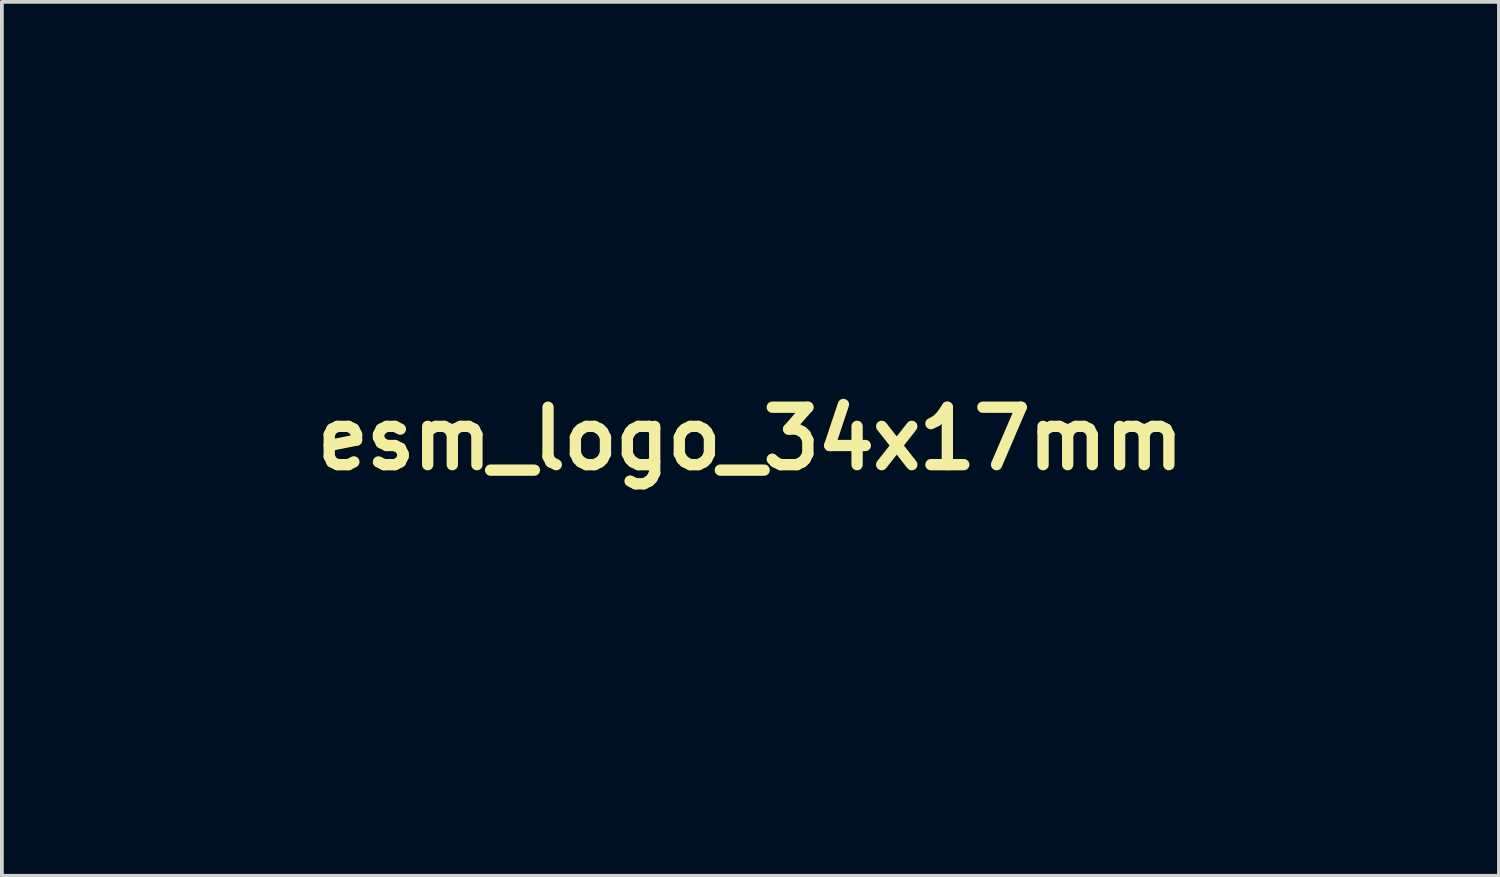
<source format=kicad_pcb>
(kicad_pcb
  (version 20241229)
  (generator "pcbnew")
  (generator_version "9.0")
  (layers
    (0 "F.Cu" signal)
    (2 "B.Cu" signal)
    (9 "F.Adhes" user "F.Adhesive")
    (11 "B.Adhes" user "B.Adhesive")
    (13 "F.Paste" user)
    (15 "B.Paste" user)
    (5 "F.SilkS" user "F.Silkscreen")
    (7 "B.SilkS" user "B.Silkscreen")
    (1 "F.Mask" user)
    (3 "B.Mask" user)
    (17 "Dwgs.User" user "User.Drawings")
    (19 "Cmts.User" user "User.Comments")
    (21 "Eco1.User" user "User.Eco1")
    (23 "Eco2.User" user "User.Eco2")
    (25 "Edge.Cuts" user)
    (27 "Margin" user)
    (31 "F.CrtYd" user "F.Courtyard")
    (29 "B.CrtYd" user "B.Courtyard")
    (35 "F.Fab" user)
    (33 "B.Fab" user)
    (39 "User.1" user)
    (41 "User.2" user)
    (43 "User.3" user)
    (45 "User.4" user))
  (footprint "esm_logo_34x17mm"
    (layer "F.Cu")
    (at 16.862 8.59)
    (property "Reference" "esm_logo_34x17mm" (at 0 0 0) (layer "F.SilkS") (effects (font (size 1.524 1.524) (thickness 0.3))))
    (attr through_hole)
    (fp_poly (pts (xy -16.849 8.581) (xy -16.841 8.589) (xy -16.84 8.59) (xy -16.847 8.594) (xy -16.849 8.594) (xy -16.857 8.587) (xy -16.857 8.585) (xy -16.852 8.58) (xy -16.849 8.581)) (stroke (width 0.01) (type solid)) (fill no) (layer "Eco2.User"))
    (fp_poly (pts (xy -16.843 -8.58) (xy -16.844 -8.577) (xy -16.852 -8.569) (xy -16.853 -8.568) (xy -16.857 -8.575) (xy -16.857 -8.577) (xy -16.851 -8.585) (xy -16.848 -8.585) (xy -16.843 -8.58)) (stroke (width 0.01) (type solid)) (fill no) (layer "Eco2.User"))
    (fp_poly (pts (xy 16.857 -8.579) (xy 16.857 -8.577) (xy 16.854 -8.568) (xy 16.853 -8.568) (xy 16.846 -8.574) (xy 16.844 -8.577) (xy 16.845 -8.585) (xy 16.848 -8.585) (xy 16.857 -8.579)) (stroke (width 0.01) (type solid)) (fill no) (layer "Eco2.User"))
    (fp_poly (pts (xy 16.857 8.583) (xy 16.857 8.585) (xy 16.851 8.593) (xy 16.848 8.594) (xy 16.843 8.588) (xy 16.844 8.585) (xy 16.852 8.577) (xy 16.853 8.577) (xy 16.857 8.583)) (stroke (width 0.01) (type solid)) (fill no) (layer "Eco2.User"))
    (fp_poly (pts (xy 7.211 2.292) (xy 7.245 2.299) (xy 7.268 2.312) (xy 7.283 2.333) (xy 7.289 2.352) (xy 7.291 2.366) (xy 7.292 2.395) (xy 7.294 2.439) (xy 7.295 2.494) (xy 7.296 2.561) (xy 7.297 2.637) (xy 7.297 2.721) (xy 7.298 2.811) (xy 7.298 2.906) (xy 7.298 3.004) (xy 7.298 3.104) (xy 7.298 3.204) (xy 7.298 3.303) (xy 7.298 3.4) (xy 7.297 3.491) (xy 7.297 3.577) (xy 7.296 3.656) (xy 7.295 3.726) (xy 7.294 3.785) (xy 7.293 3.833) (xy 7.291 3.867) (xy 7.29 3.886) (xy 7.289 3.888) (xy 7.278 3.914) (xy 7.261 3.933) (xy 7.259 3.934) (xy 7.237 3.942) (xy 7.205 3.948) (xy 7.166 3.951) (xy 7.128 3.951) (xy 7.097 3.947) (xy 7.089 3.945) (xy 7.065 3.932) (xy 7.046 3.914) (xy 7.044 3.909) (xy 7.042 3.902) (xy 7.04 3.893) (xy 7.038 3.879) (xy 7.036 3.86) (xy 7.035 3.835) (xy 7.034 3.803) (xy 7.033 3.763) (xy 7.032 3.713) (xy 7.032 3.653) (xy 7.031 3.582) (xy 7.031 3.498) (xy 7.03 3.4) (xy 7.03 3.288) (xy 7.029 3.159) (xy 7.029 3.139) (xy 7.029 2.987) (xy 7.029 2.852) (xy 7.029 2.734) (xy 7.029 2.631) (xy 7.03 2.546) (xy 7.031 2.476) (xy 7.032 2.421) (xy 7.033 2.383) (xy 7.035 2.36) (xy 7.036 2.353) (xy 7.047 2.326) (xy 7.063 2.308) (xy 7.089 2.297) (xy 7.127 2.291) (xy 7.163 2.29) (xy 7.211 2.292)) (stroke (width 0.01) (type solid)) (fill no) (layer "Eco2.User"))
    (fp_poly (pts (xy 13.137 -3.838) (xy 13.171 -3.831) (xy 13.194 -3.818) (xy 13.209 -3.797) (xy 13.216 -3.778) (xy 13.218 -3.764) (xy 13.219 -3.735) (xy 13.22 -3.691) (xy 13.221 -3.635) (xy 13.222 -3.569) (xy 13.223 -3.493) (xy 13.224 -3.409) (xy 13.224 -3.319) (xy 13.225 -3.224) (xy 13.225 -3.126) (xy 13.225 -3.026) (xy 13.225 -2.925) (xy 13.225 -2.826) (xy 13.225 -2.73) (xy 13.224 -2.638) (xy 13.223 -2.553) (xy 13.223 -2.474) (xy 13.222 -2.404) (xy 13.221 -2.345) (xy 13.219 -2.297) (xy 13.218 -2.263) (xy 13.217 -2.244) (xy 13.216 -2.241) (xy 13.204 -2.216) (xy 13.188 -2.197) (xy 13.186 -2.196) (xy 13.164 -2.187) (xy 13.131 -2.182) (xy 13.093 -2.179) (xy 13.055 -2.179) (xy 13.023 -2.183) (xy 13.015 -2.185) (xy 12.991 -2.198) (xy 12.973 -2.216) (xy 12.971 -2.221) (xy 12.968 -2.227) (xy 12.966 -2.237) (xy 12.965 -2.251) (xy 12.963 -2.269) (xy 12.962 -2.294) (xy 12.961 -2.326) (xy 12.96 -2.367) (xy 12.959 -2.417) (xy 12.958 -2.477) (xy 12.958 -2.548) (xy 12.957 -2.632) (xy 12.957 -2.73) (xy 12.956 -2.842) (xy 12.956 -2.97) (xy 12.956 -2.991) (xy 12.956 -3.143) (xy 12.955 -3.278) (xy 12.956 -3.396) (xy 12.956 -3.498) (xy 12.957 -3.584) (xy 12.957 -3.654) (xy 12.959 -3.709) (xy 12.96 -3.747) (xy 12.962 -3.77) (xy 12.963 -3.777) (xy 12.973 -3.804) (xy 12.99 -3.822) (xy 13.016 -3.833) (xy 13.053 -3.839) (xy 13.089 -3.84) (xy 13.137 -3.838)) (stroke (width 0.01) (type solid)) (fill no) (layer "Eco2.User"))
    (fp_poly (pts (xy 0.145 -4.055) (xy 0.168 -4.053) (xy 0.184 -4.047) (xy 0.198 -4.037) (xy 0.205 -4.031) (xy 0.233 -4.006) (xy 0.238 -3.411) (xy 0.239 -3.292) (xy 0.24 -3.188) (xy 0.241 -3.099) (xy 0.242 -3.024) (xy 0.243 -2.96) (xy 0.245 -2.907) (xy 0.247 -2.864) (xy 0.249 -2.828) (xy 0.252 -2.8) (xy 0.255 -2.778) (xy 0.258 -2.76) (xy 0.262 -2.746) (xy 0.267 -2.733) (xy 0.272 -2.723) (xy 0.294 -2.692) (xy 0.321 -2.666) (xy 0.339 -2.656) (xy 0.354 -2.653) (xy 0.385 -2.65) (xy 0.432 -2.648) (xy 0.494 -2.646) (xy 0.57 -2.644) (xy 0.66 -2.642) (xy 0.682 -2.642) (xy 0.767 -2.641) (xy 0.837 -2.639) (xy 0.894 -2.638) (xy 0.938 -2.636) (xy 0.973 -2.634) (xy 0.998 -2.63) (xy 1.016 -2.626) (xy 1.029 -2.62) (xy 1.038 -2.613) (xy 1.045 -2.604) (xy 1.051 -2.593) (xy 1.051 -2.592) (xy 1.056 -2.578) (xy 1.059 -2.554) (xy 1.061 -2.518) (xy 1.062 -2.468) (xy 1.063 -2.405) (xy 1.062 -2.342) (xy 1.061 -2.294) (xy 1.058 -2.258) (xy 1.054 -2.231) (xy 1.047 -2.213) (xy 1.037 -2.199) (xy 1.023 -2.188) (xy 1.014 -2.183) (xy 1 -2.179) (xy 0.971 -2.176) (xy 0.93 -2.174) (xy 0.879 -2.172) (xy 0.82 -2.171) (xy 0.757 -2.17) (xy 0.69 -2.169) (xy 0.623 -2.17) (xy 0.558 -2.17) (xy 0.497 -2.171) (xy 0.443 -2.173) (xy 0.397 -2.175) (xy 0.363 -2.178) (xy 0.351 -2.18) (xy 0.287 -2.193) (xy 0.236 -2.209) (xy 0.193 -2.231) (xy 0.153 -2.261) (xy 0.126 -2.285) (xy 0.093 -2.322) (xy 0.069 -2.355) (xy 0.051 -2.39) (xy 0.049 -2.397) (xy 0.037 -2.427) (xy 0.027 -2.458) (xy 0.019 -2.492) (xy 0.011 -2.528) (xy 0.005 -2.57) (xy -0.001 -2.616) (xy -0.005 -2.67) (xy -0.009 -2.731) (xy -0.012 -2.802) (xy -0.014 -2.883) (xy -0.015 -2.976) (xy -0.016 -3.081) (xy -0.016 -3.2) (xy -0.016 -3.334) (xy -0.015 -3.423) (xy -0.013 -4.006) (xy 0.015 -4.031) (xy 0.03 -4.043) (xy 0.045 -4.051) (xy 0.064 -4.054) (xy 0.093 -4.055) (xy 0.11 -4.056) (xy 0.145 -4.055)) (stroke (width 0.01) (type solid)) (fill no) (layer "Eco2.User"))
    (fp_poly (pts (xy 5.865 -3.848) (xy 5.962 -3.848) (xy 6.045 -3.848) (xy 6.114 -3.847) (xy 6.172 -3.847) (xy 6.22 -3.846) (xy 6.258 -3.845) (xy 6.289 -3.844) (xy 6.314 -3.842) (xy 6.333 -3.84) (xy 6.349 -3.838) (xy 6.363 -3.835) (xy 6.369 -3.833) (xy 6.444 -3.808) (xy 6.504 -3.774) (xy 6.551 -3.731) (xy 6.585 -3.677) (xy 6.608 -3.611) (xy 6.613 -3.589) (xy 6.618 -3.537) (xy 6.616 -3.489) (xy 6.607 -3.45) (xy 6.593 -3.424) (xy 6.572 -3.408) (xy 6.545 -3.396) (xy 6.54 -3.395) (xy 6.524 -3.393) (xy 6.493 -3.391) (xy 6.45 -3.39) (xy 6.396 -3.389) (xy 6.334 -3.388) (xy 6.266 -3.387) (xy 6.214 -3.387) (xy 6.135 -3.387) (xy 6.072 -3.387) (xy 6.022 -3.386) (xy 5.984 -3.385) (xy 5.956 -3.384) (xy 5.936 -3.382) (xy 5.923 -3.38) (xy 5.914 -3.377) (xy 5.909 -3.373) (xy 5.907 -3.371) (xy 5.904 -3.367) (xy 5.902 -3.36) (xy 5.899 -3.349) (xy 5.898 -3.333) (xy 5.896 -3.311) (xy 5.895 -3.281) (xy 5.894 -3.242) (xy 5.894 -3.193) (xy 5.893 -3.133) (xy 5.893 -3.06) (xy 5.893 -2.973) (xy 5.893 -2.871) (xy 5.893 -2.814) (xy 5.893 -2.691) (xy 5.892 -2.581) (xy 5.891 -2.486) (xy 5.89 -2.406) (xy 5.889 -2.341) (xy 5.888 -2.291) (xy 5.886 -2.258) (xy 5.884 -2.242) (xy 5.884 -2.241) (xy 5.872 -2.216) (xy 5.855 -2.197) (xy 5.854 -2.196) (xy 5.832 -2.187) (xy 5.799 -2.182) (xy 5.761 -2.179) (xy 5.723 -2.179) (xy 5.691 -2.183) (xy 5.683 -2.185) (xy 5.672 -2.188) (xy 5.663 -2.191) (xy 5.655 -2.196) (xy 5.648 -2.203) (xy 5.642 -2.213) (xy 5.638 -2.228) (xy 5.634 -2.249) (xy 5.631 -2.278) (xy 5.629 -2.314) (xy 5.627 -2.361) (xy 5.626 -2.418) (xy 5.625 -2.487) (xy 5.625 -2.569) (xy 5.624 -2.665) (xy 5.624 -2.777) (xy 5.624 -2.797) (xy 5.623 -2.91) (xy 5.623 -3.006) (xy 5.622 -3.088) (xy 5.621 -3.156) (xy 5.621 -3.213) (xy 5.62 -3.258) (xy 5.619 -3.294) (xy 5.617 -3.321) (xy 5.616 -3.341) (xy 5.614 -3.355) (xy 5.612 -3.364) (xy 5.609 -3.37) (xy 5.608 -3.371) (xy 5.603 -3.375) (xy 5.596 -3.378) (xy 5.584 -3.381) (xy 5.566 -3.383) (xy 5.54 -3.384) (xy 5.505 -3.385) (xy 5.459 -3.386) (xy 5.4 -3.387) (xy 5.326 -3.388) (xy 5.28 -3.388) (xy 5.192 -3.389) (xy 5.12 -3.39) (xy 5.062 -3.392) (xy 5.018 -3.393) (xy 4.985 -3.395) (xy 4.963 -3.398) (xy 4.95 -3.401) (xy 4.947 -3.402) (xy 4.924 -3.419) (xy 4.909 -3.442) (xy 4.901 -3.474) (xy 4.899 -3.519) (xy 4.899 -3.53) (xy 4.905 -3.607) (xy 4.923 -3.671) (xy 4.954 -3.725) (xy 4.998 -3.769) (xy 5.056 -3.803) (xy 5.127 -3.829) (xy 5.141 -3.833) (xy 5.154 -3.836) (xy 5.168 -3.839) (xy 5.184 -3.841) (xy 5.204 -3.843) (xy 5.228 -3.844) (xy 5.259 -3.846) (xy 5.297 -3.846) (xy 5.344 -3.847) (xy 5.402 -3.848) (xy 5.471 -3.848) (xy 5.553 -3.848) (xy 5.65 -3.848) (xy 5.753 -3.848) (xy 5.865 -3.848)) (stroke (width 0.01) (type solid)) (fill no) (layer "Eco2.User"))
    (fp_poly (pts (xy 9.758 -3.881) (xy 9.878 -3.873) (xy 9.993 -3.86) (xy 10.097 -3.839) (xy 10.161 -3.822) (xy 10.236 -3.795) (xy 10.298 -3.763) (xy 10.353 -3.725) (xy 10.39 -3.691) (xy 10.428 -3.65) (xy 10.459 -3.607) (xy 10.485 -3.558) (xy 10.507 -3.504) (xy 10.523 -3.441) (xy 10.536 -3.369) (xy 10.545 -3.286) (xy 10.551 -3.19) (xy 10.553 -3.08) (xy 10.554 -3.014) (xy 10.553 -2.913) (xy 10.55 -2.827) (xy 10.546 -2.753) (xy 10.54 -2.689) (xy 10.532 -2.633) (xy 10.521 -2.582) (xy 10.515 -2.555) (xy 10.484 -2.472) (xy 10.442 -2.399) (xy 10.388 -2.337) (xy 10.322 -2.284) (xy 10.242 -2.24) (xy 10.148 -2.205) (xy 10.04 -2.179) (xy 9.998 -2.171) (xy 9.966 -2.168) (xy 9.92 -2.164) (xy 9.865 -2.161) (xy 9.803 -2.158) (xy 9.739 -2.155) (xy 9.674 -2.154) (xy 9.613 -2.153) (xy 9.559 -2.153) (xy 9.515 -2.154) (xy 9.484 -2.156) (xy 9.483 -2.156) (xy 9.374 -2.171) (xy 9.281 -2.188) (xy 9.201 -2.208) (xy 9.132 -2.231) (xy 9.072 -2.258) (xy 9.021 -2.291) (xy 8.975 -2.329) (xy 8.962 -2.341) (xy 8.925 -2.382) (xy 8.894 -2.425) (xy 8.868 -2.474) (xy 8.847 -2.529) (xy 8.831 -2.592) (xy 8.818 -2.664) (xy 8.81 -2.748) (xy 8.804 -2.845) (xy 8.802 -2.955) (xy 8.801 -3.014) (xy 8.801 -3.029) (xy 9.038 -3.029) (xy 9.038 -2.973) (xy 9.04 -2.919) (xy 9.043 -2.872) (xy 9.047 -2.835) (xy 9.05 -2.822) (xy 9.069 -2.768) (xy 9.098 -2.724) (xy 9.139 -2.689) (xy 9.191 -2.663) (xy 9.256 -2.645) (xy 9.334 -2.634) (xy 9.369 -2.631) (xy 9.418 -2.629) (xy 9.478 -2.628) (xy 9.546 -2.627) (xy 9.619 -2.626) (xy 9.695 -2.626) (xy 9.769 -2.626) (xy 9.84 -2.627) (xy 9.904 -2.628) (xy 9.958 -2.63) (xy 9.999 -2.632) (xy 10.011 -2.633) (xy 10.089 -2.644) (xy 10.155 -2.662) (xy 10.207 -2.687) (xy 10.249 -2.721) (xy 10.28 -2.765) (xy 10.301 -2.821) (xy 10.314 -2.89) (xy 10.32 -2.973) (xy 10.321 -3.013) (xy 10.318 -3.1) (xy 10.31 -3.172) (xy 10.295 -3.232) (xy 10.273 -3.28) (xy 10.243 -3.318) (xy 10.203 -3.348) (xy 10.153 -3.372) (xy 10.114 -3.384) (xy 10.085 -3.39) (xy 10.041 -3.394) (xy 9.985 -3.398) (xy 9.92 -3.401) (xy 9.846 -3.403) (xy 9.768 -3.404) (xy 9.687 -3.405) (xy 9.606 -3.404) (xy 9.526 -3.403) (xy 9.451 -3.401) (xy 9.382 -3.398) (xy 9.323 -3.394) (xy 9.275 -3.39) (xy 9.24 -3.384) (xy 9.233 -3.383) (xy 9.169 -3.359) (xy 9.12 -3.327) (xy 9.083 -3.285) (xy 9.057 -3.231) (xy 9.049 -3.206) (xy 9.045 -3.177) (xy 9.041 -3.136) (xy 9.039 -3.085) (xy 9.038 -3.029) (xy 8.801 -3.029) (xy 8.802 -3.133) (xy 8.806 -3.236) (xy 8.813 -3.326) (xy 8.824 -3.404) (xy 8.839 -3.471) (xy 8.858 -3.53) (xy 8.881 -3.582) (xy 8.91 -3.628) (xy 8.944 -3.669) (xy 8.964 -3.691) (xy 9.017 -3.736) (xy 9.073 -3.773) (xy 9.138 -3.803) (xy 9.193 -3.822) (xy 9.289 -3.847) (xy 9.398 -3.865) (xy 9.514 -3.877) (xy 9.636 -3.882) (xy 9.758 -3.881)) (stroke (width 0.01) (type solid)) (fill no) (layer "Eco2.User"))
    (fp_poly (pts (xy 1.041 -0.812) (xy 1.152 -0.801) (xy 1.256 -0.785) (xy 1.347 -0.763) (xy 1.367 -0.757) (xy 1.441 -0.729) (xy 1.503 -0.697) (xy 1.557 -0.659) (xy 1.594 -0.626) (xy 1.631 -0.585) (xy 1.662 -0.542) (xy 1.688 -0.494) (xy 1.71 -0.439) (xy 1.726 -0.377) (xy 1.739 -0.305) (xy 1.748 -0.222) (xy 1.754 -0.126) (xy 1.756 -0.016) (xy 1.757 0.051) (xy 1.756 0.151) (xy 1.754 0.237) (xy 1.75 0.31) (xy 1.744 0.374) (xy 1.736 0.431) (xy 1.725 0.482) (xy 1.718 0.51) (xy 1.687 0.593) (xy 1.646 0.666) (xy 1.592 0.728) (xy 1.525 0.781) (xy 1.445 0.825) (xy 1.351 0.86) (xy 1.243 0.886) (xy 1.201 0.893) (xy 1.169 0.897) (xy 1.123 0.901) (xy 1.068 0.904) (xy 1.006 0.907) (xy 0.942 0.91) (xy 0.877 0.911) (xy 0.816 0.912) (xy 0.762 0.912) (xy 0.718 0.911) (xy 0.687 0.909) (xy 0.686 0.909) (xy 0.577 0.894) (xy 0.484 0.877) (xy 0.404 0.857) (xy 0.335 0.834) (xy 0.276 0.806) (xy 0.224 0.774) (xy 0.178 0.736) (xy 0.165 0.724) (xy 0.128 0.683) (xy 0.097 0.639) (xy 0.071 0.59) (xy 0.05 0.535) (xy 0.034 0.471) (xy 0.021 0.398) (xy 0.012 0.314) (xy 0.007 0.217) (xy 0.005 0.106) (xy 0.004 0.051) (xy 0.004 0.036) (xy 0.241 0.036) (xy 0.241 0.092) (xy 0.243 0.146) (xy 0.246 0.193) (xy 0.25 0.23) (xy 0.253 0.243) (xy 0.272 0.297) (xy 0.302 0.341) (xy 0.342 0.376) (xy 0.394 0.402) (xy 0.459 0.42) (xy 0.537 0.431) (xy 0.572 0.434) (xy 0.621 0.436) (xy 0.681 0.437) (xy 0.749 0.438) (xy 0.823 0.439) (xy 0.898 0.439) (xy 0.972 0.439) (xy 1.043 0.438) (xy 1.107 0.436) (xy 1.161 0.435) (xy 1.202 0.433) (xy 1.214 0.432) (xy 1.293 0.421) (xy 1.358 0.403) (xy 1.411 0.378) (xy 1.452 0.344) (xy 1.483 0.3) (xy 1.504 0.244) (xy 1.517 0.175) (xy 1.523 0.092) (xy 1.524 0.052) (xy 1.521 -0.035) (xy 1.513 -0.107) (xy 1.499 -0.167) (xy 1.476 -0.215) (xy 1.446 -0.253) (xy 1.406 -0.283) (xy 1.356 -0.307) (xy 1.317 -0.319) (xy 1.288 -0.325) (xy 1.244 -0.329) (xy 1.188 -0.333) (xy 1.123 -0.336) (xy 1.05 -0.338) (xy 0.971 -0.339) (xy 0.89 -0.34) (xy 0.809 -0.339) (xy 0.729 -0.338) (xy 0.654 -0.336) (xy 0.586 -0.333) (xy 0.526 -0.329) (xy 0.478 -0.325) (xy 0.443 -0.32) (xy 0.436 -0.318) (xy 0.373 -0.294) (xy 0.323 -0.262) (xy 0.286 -0.22) (xy 0.26 -0.166) (xy 0.253 -0.141) (xy 0.248 -0.113) (xy 0.244 -0.071) (xy 0.242 -0.02) (xy 0.241 0.036) (xy 0.004 0.036) (xy 0.006 -0.068) (xy 0.009 -0.171) (xy 0.017 -0.261) (xy 0.027 -0.339) (xy 0.042 -0.406) (xy 0.061 -0.465) (xy 0.084 -0.516) (xy 0.113 -0.562) (xy 0.146 -0.604) (xy 0.167 -0.626) (xy 0.219 -0.671) (xy 0.275 -0.707) (xy 0.34 -0.737) (xy 0.394 -0.757) (xy 0.482 -0.78) (xy 0.582 -0.798) (xy 0.692 -0.81) (xy 0.808 -0.816) (xy 0.925 -0.817) (xy 1.041 -0.812)) (stroke (width 0.01) (type solid)) (fill no) (layer "Eco2.User"))
    (fp_poly (pts (xy 2.189 -0.772) (xy 2.221 -0.763) (xy 2.243 -0.748) (xy 2.257 -0.723) (xy 2.26 -0.713) (xy 2.262 -0.697) (xy 2.264 -0.664) (xy 2.266 -0.615) (xy 2.267 -0.552) (xy 2.268 -0.475) (xy 2.269 -0.385) (xy 2.269 -0.283) (xy 2.269 -0.265) (xy 2.269 -0.165) (xy 2.27 -0.074) (xy 2.271 0.008) (xy 2.272 0.079) (xy 2.274 0.137) (xy 2.275 0.182) (xy 2.278 0.212) (xy 2.278 0.217) (xy 2.293 0.282) (xy 2.316 0.335) (xy 2.348 0.374) (xy 2.361 0.384) (xy 2.381 0.397) (xy 2.402 0.407) (xy 2.426 0.416) (xy 2.454 0.422) (xy 2.49 0.427) (xy 2.534 0.431) (xy 2.589 0.434) (xy 2.657 0.436) (xy 2.739 0.438) (xy 2.76 0.438) (xy 2.868 0.439) (xy 2.96 0.439) (xy 3.038 0.437) (xy 3.103 0.433) (xy 3.158 0.428) (xy 3.203 0.42) (xy 3.24 0.409) (xy 3.27 0.396) (xy 3.295 0.38) (xy 3.317 0.361) (xy 3.323 0.355) (xy 3.334 0.342) (xy 3.345 0.329) (xy 3.353 0.315) (xy 3.36 0.299) (xy 3.366 0.28) (xy 3.371 0.256) (xy 3.375 0.225) (xy 3.378 0.186) (xy 3.38 0.138) (xy 3.382 0.08) (xy 3.383 0.01) (xy 3.384 -0.073) (xy 3.385 -0.171) (xy 3.386 -0.241) (xy 3.387 -0.35) (xy 3.389 -0.442) (xy 3.39 -0.52) (xy 3.391 -0.583) (xy 3.393 -0.635) (xy 3.394 -0.674) (xy 3.396 -0.703) (xy 3.399 -0.722) (xy 3.401 -0.733) (xy 3.402 -0.734) (xy 3.417 -0.754) (xy 3.44 -0.766) (xy 3.474 -0.772) (xy 3.514 -0.774) (xy 3.561 -0.772) (xy 3.593 -0.763) (xy 3.615 -0.747) (xy 3.629 -0.722) (xy 3.632 -0.713) (xy 3.634 -0.698) (xy 3.635 -0.667) (xy 3.637 -0.623) (xy 3.638 -0.568) (xy 3.639 -0.504) (xy 3.64 -0.432) (xy 3.64 -0.354) (xy 3.641 -0.272) (xy 3.641 -0.189) (xy 3.64 -0.106) (xy 3.64 -0.024) (xy 3.639 0.054) (xy 3.638 0.126) (xy 3.637 0.19) (xy 3.635 0.246) (xy 3.634 0.29) (xy 3.632 0.313) (xy 3.625 0.394) (xy 3.615 0.461) (xy 3.603 0.519) (xy 3.586 0.571) (xy 3.565 0.621) (xy 3.564 0.623) (xy 3.524 0.69) (xy 3.473 0.747) (xy 3.409 0.796) (xy 3.333 0.836) (xy 3.243 0.867) (xy 3.14 0.891) (xy 3.023 0.906) (xy 2.892 0.913) (xy 2.811 0.913) (xy 2.762 0.913) (xy 2.717 0.912) (xy 2.68 0.911) (xy 2.655 0.91) (xy 2.646 0.909) (xy 2.547 0.895) (xy 2.462 0.88) (xy 2.39 0.862) (xy 2.328 0.84) (xy 2.274 0.813) (xy 2.226 0.782) (xy 2.181 0.745) (xy 2.18 0.743) (xy 2.137 0.697) (xy 2.102 0.646) (xy 2.074 0.586) (xy 2.053 0.517) (xy 2.037 0.435) (xy 2.026 0.34) (xy 2.024 0.313) (xy 2.022 0.278) (xy 2.02 0.231) (xy 2.019 0.173) (xy 2.017 0.106) (xy 2.016 0.032) (xy 2.016 -0.047) (xy 2.015 -0.129) (xy 2.015 -0.213) (xy 2.015 -0.296) (xy 2.016 -0.377) (xy 2.016 -0.453) (xy 2.017 -0.523) (xy 2.018 -0.585) (xy 2.019 -0.637) (xy 2.021 -0.677) (xy 2.023 -0.704) (xy 2.024 -0.713) (xy 2.036 -0.741) (xy 2.055 -0.759) (xy 2.084 -0.77) (xy 2.126 -0.774) (xy 2.142 -0.774) (xy 2.189 -0.772)) (stroke (width 0.01) (type solid)) (fill no) (layer "Eco2.User"))
    (fp_poly (pts (xy 4.289 -3.858) (xy 4.351 -3.856) (xy 4.404 -3.852) (xy 4.45 -3.847) (xy 4.491 -3.839) (xy 4.528 -3.83) (xy 4.551 -3.823) (xy 4.618 -3.796) (xy 4.67 -3.761) (xy 4.709 -3.716) (xy 4.736 -3.661) (xy 4.75 -3.604) (xy 4.755 -3.556) (xy 4.755 -3.509) (xy 4.75 -3.467) (xy 4.74 -3.437) (xy 4.737 -3.432) (xy 4.732 -3.424) (xy 4.726 -3.417) (xy 4.719 -3.411) (xy 4.71 -3.406) (xy 4.696 -3.402) (xy 4.678 -3.399) (xy 4.653 -3.396) (xy 4.62 -3.394) (xy 4.579 -3.392) (xy 4.527 -3.391) (xy 4.464 -3.389) (xy 4.389 -3.388) (xy 4.3 -3.387) (xy 4.196 -3.386) (xy 4.132 -3.386) (xy 4.017 -3.385) (xy 3.918 -3.384) (xy 3.834 -3.382) (xy 3.762 -3.381) (xy 3.703 -3.38) (xy 3.655 -3.379) (xy 3.616 -3.377) (xy 3.585 -3.375) (xy 3.561 -3.373) (xy 3.543 -3.371) (xy 3.53 -3.368) (xy 3.528 -3.368) (xy 3.474 -3.349) (xy 3.43 -3.324) (xy 3.395 -3.29) (xy 3.369 -3.247) (xy 3.351 -3.193) (xy 3.341 -3.126) (xy 3.337 -3.046) (xy 3.338 -2.976) (xy 3.343 -2.9) (xy 3.352 -2.839) (xy 3.366 -2.79) (xy 3.386 -2.751) (xy 3.412 -2.721) (xy 3.446 -2.697) (xy 3.457 -2.691) (xy 3.473 -2.683) (xy 3.489 -2.676) (xy 3.507 -2.67) (xy 3.527 -2.665) (xy 3.552 -2.661) (xy 3.581 -2.657) (xy 3.618 -2.654) (xy 3.662 -2.652) (xy 3.715 -2.65) (xy 3.779 -2.648) (xy 3.855 -2.647) (xy 3.943 -2.645) (xy 4.047 -2.644) (xy 4.149 -2.643) (xy 4.261 -2.642) (xy 4.357 -2.641) (xy 4.439 -2.64) (xy 4.508 -2.639) (xy 4.564 -2.637) (xy 4.61 -2.636) (xy 4.647 -2.634) (xy 4.675 -2.631) (xy 4.696 -2.628) (xy 4.711 -2.624) (xy 4.722 -2.619) (xy 4.73 -2.613) (xy 4.735 -2.606) (xy 4.74 -2.598) (xy 4.743 -2.592) (xy 4.75 -2.569) (xy 4.753 -2.534) (xy 4.754 -2.491) (xy 4.751 -2.447) (xy 4.746 -2.406) (xy 4.738 -2.372) (xy 4.738 -2.371) (xy 4.713 -2.323) (xy 4.676 -2.278) (xy 4.63 -2.242) (xy 4.586 -2.22) (xy 4.552 -2.208) (xy 4.518 -2.198) (xy 4.482 -2.19) (xy 4.442 -2.184) (xy 4.394 -2.18) (xy 4.338 -2.176) (xy 4.271 -2.174) (xy 4.191 -2.172) (xy 4.132 -2.172) (xy 4.062 -2.171) (xy 3.993 -2.171) (xy 3.929 -2.172) (xy 3.872 -2.173) (xy 3.825 -2.174) (xy 3.792 -2.176) (xy 3.785 -2.176) (xy 3.67 -2.19) (xy 3.571 -2.207) (xy 3.485 -2.23) (xy 3.41 -2.258) (xy 3.346 -2.292) (xy 3.289 -2.333) (xy 3.259 -2.361) (xy 3.223 -2.401) (xy 3.193 -2.442) (xy 3.169 -2.488) (xy 3.149 -2.54) (xy 3.133 -2.599) (xy 3.121 -2.668) (xy 3.111 -2.749) (xy 3.105 -2.843) (xy 3.101 -2.938) (xy 3.1 -3.034) (xy 3.102 -3.13) (xy 3.106 -3.222) (xy 3.113 -3.308) (xy 3.123 -3.382) (xy 3.129 -3.421) (xy 3.155 -3.511) (xy 3.194 -3.59) (xy 3.245 -3.658) (xy 3.309 -3.715) (xy 3.386 -3.761) (xy 3.389 -3.762) (xy 3.436 -3.783) (xy 3.481 -3.801) (xy 3.527 -3.816) (xy 3.576 -3.828) (xy 3.629 -3.837) (xy 3.69 -3.845) (xy 3.759 -3.85) (xy 3.84 -3.854) (xy 3.933 -3.857) (xy 4.028 -3.859) (xy 4.129 -3.86) (xy 4.216 -3.86) (xy 4.289 -3.858)) (stroke (width 0.01) (type solid)) (fill no) (layer "Eco2.User"))
    (fp_poly (pts (xy 4.289 2.271) (xy 4.351 2.274) (xy 4.404 2.278) (xy 4.45 2.283) (xy 4.491 2.29) (xy 4.528 2.299) (xy 4.551 2.307) (xy 4.618 2.334) (xy 4.67 2.369) (xy 4.709 2.414) (xy 4.736 2.469) (xy 4.75 2.526) (xy 4.755 2.574) (xy 4.755 2.621) (xy 4.75 2.662) (xy 4.74 2.693) (xy 4.737 2.698) (xy 4.732 2.706) (xy 4.726 2.713) (xy 4.719 2.719) (xy 4.71 2.724) (xy 4.696 2.728) (xy 4.678 2.731) (xy 4.653 2.734) (xy 4.62 2.736) (xy 4.579 2.738) (xy 4.527 2.739) (xy 4.464 2.741) (xy 4.389 2.742) (xy 4.3 2.742) (xy 4.196 2.743) (xy 4.132 2.744) (xy 4.017 2.745) (xy 3.918 2.746) (xy 3.834 2.747) (xy 3.762 2.749) (xy 3.703 2.75) (xy 3.655 2.751) (xy 3.616 2.753) (xy 3.585 2.755) (xy 3.561 2.757) (xy 3.543 2.759) (xy 3.53 2.762) (xy 3.528 2.762) (xy 3.474 2.781) (xy 3.43 2.806) (xy 3.395 2.84) (xy 3.369 2.883) (xy 3.351 2.937) (xy 3.341 3.004) (xy 3.337 3.084) (xy 3.338 3.154) (xy 3.343 3.23) (xy 3.352 3.291) (xy 3.366 3.34) (xy 3.386 3.379) (xy 3.412 3.409) (xy 3.446 3.433) (xy 3.457 3.439) (xy 3.473 3.447) (xy 3.489 3.454) (xy 3.507 3.46) (xy 3.527 3.465) (xy 3.552 3.469) (xy 3.581 3.472) (xy 3.618 3.475) (xy 3.662 3.478) (xy 3.715 3.48) (xy 3.779 3.482) (xy 3.855 3.483) (xy 3.943 3.484) (xy 4.047 3.486) (xy 4.149 3.487) (xy 4.261 3.488) (xy 4.357 3.489) (xy 4.439 3.49) (xy 4.508 3.491) (xy 4.564 3.493) (xy 4.61 3.494) (xy 4.647 3.496) (xy 4.675 3.499) (xy 4.696 3.502) (xy 4.711 3.506) (xy 4.722 3.511) (xy 4.73 3.517) (xy 4.735 3.524) (xy 4.74 3.532) (xy 4.743 3.538) (xy 4.75 3.561) (xy 4.753 3.596) (xy 4.754 3.638) (xy 4.751 3.683) (xy 4.746 3.724) (xy 4.738 3.758) (xy 4.738 3.759) (xy 4.713 3.807) (xy 4.676 3.852) (xy 4.63 3.888) (xy 4.586 3.91) (xy 4.552 3.922) (xy 4.518 3.932) (xy 4.482 3.94) (xy 4.442 3.946) (xy 4.394 3.95) (xy 4.338 3.954) (xy 4.271 3.956) (xy 4.191 3.957) (xy 4.132 3.958) (xy 4.062 3.959) (xy 3.993 3.959) (xy 3.929 3.958) (xy 3.872 3.957) (xy 3.825 3.956) (xy 3.792 3.954) (xy 3.785 3.954) (xy 3.666 3.94) (xy 3.562 3.92) (xy 3.472 3.896) (xy 3.395 3.865) (xy 3.329 3.828) (xy 3.273 3.784) (xy 3.252 3.763) (xy 3.218 3.722) (xy 3.189 3.68) (xy 3.165 3.633) (xy 3.146 3.579) (xy 3.13 3.518) (xy 3.119 3.447) (xy 3.11 3.365) (xy 3.104 3.269) (xy 3.101 3.192) (xy 3.1 3.096) (xy 3.102 3) (xy 3.106 2.908) (xy 3.113 2.822) (xy 3.123 2.748) (xy 3.129 2.709) (xy 3.155 2.619) (xy 3.194 2.54) (xy 3.245 2.472) (xy 3.309 2.415) (xy 3.386 2.369) (xy 3.389 2.368) (xy 3.436 2.346) (xy 3.481 2.329) (xy 3.527 2.314) (xy 3.576 2.302) (xy 3.629 2.293) (xy 3.69 2.285) (xy 3.759 2.28) (xy 3.84 2.276) (xy 3.933 2.273) (xy 4.028 2.271) (xy 4.129 2.27) (xy 4.216 2.27) (xy 4.289 2.271)) (stroke (width 0.01) (type solid)) (fill no) (layer "Eco2.User"))
    (fp_poly (pts (xy 14.669 -3.858) (xy 14.731 -3.856) (xy 14.784 -3.852) (xy 14.83 -3.847) (xy 14.871 -3.839) (xy 14.908 -3.83) (xy 14.932 -3.823) (xy 14.998 -3.796) (xy 15.05 -3.761) (xy 15.089 -3.716) (xy 15.116 -3.661) (xy 15.13 -3.604) (xy 15.136 -3.556) (xy 15.135 -3.509) (xy 15.13 -3.467) (xy 15.12 -3.437) (xy 15.117 -3.432) (xy 15.112 -3.424) (xy 15.106 -3.417) (xy 15.099 -3.411) (xy 15.09 -3.406) (xy 15.076 -3.402) (xy 15.058 -3.399) (xy 15.033 -3.396) (xy 15 -3.394) (xy 14.959 -3.392) (xy 14.907 -3.391) (xy 14.845 -3.389) (xy 14.769 -3.388) (xy 14.68 -3.387) (xy 14.576 -3.386) (xy 14.512 -3.386) (xy 14.397 -3.385) (xy 14.298 -3.384) (xy 14.214 -3.382) (xy 14.143 -3.381) (xy 14.083 -3.38) (xy 14.035 -3.379) (xy 13.996 -3.377) (xy 13.965 -3.375) (xy 13.941 -3.373) (xy 13.924 -3.371) (xy 13.91 -3.368) (xy 13.908 -3.368) (xy 13.854 -3.349) (xy 13.81 -3.324) (xy 13.775 -3.29) (xy 13.749 -3.247) (xy 13.732 -3.193) (xy 13.721 -3.126) (xy 13.717 -3.046) (xy 13.718 -2.976) (xy 13.723 -2.9) (xy 13.732 -2.839) (xy 13.746 -2.79) (xy 13.766 -2.751) (xy 13.792 -2.721) (xy 13.826 -2.697) (xy 13.837 -2.691) (xy 13.853 -2.683) (xy 13.87 -2.676) (xy 13.887 -2.67) (xy 13.908 -2.665) (xy 13.932 -2.661) (xy 13.962 -2.657) (xy 13.998 -2.654) (xy 14.042 -2.652) (xy 14.095 -2.65) (xy 14.159 -2.648) (xy 14.235 -2.647) (xy 14.324 -2.645) (xy 14.427 -2.644) (xy 14.529 -2.643) (xy 14.641 -2.642) (xy 14.737 -2.641) (xy 14.819 -2.64) (xy 14.888 -2.639) (xy 14.945 -2.637) (xy 14.99 -2.636) (xy 15.027 -2.634) (xy 15.055 -2.631) (xy 15.076 -2.628) (xy 15.092 -2.624) (xy 15.102 -2.619) (xy 15.11 -2.613) (xy 15.115 -2.606) (xy 15.12 -2.598) (xy 15.123 -2.592) (xy 15.13 -2.569) (xy 15.134 -2.534) (xy 15.134 -2.491) (xy 15.132 -2.447) (xy 15.126 -2.406) (xy 15.118 -2.372) (xy 15.118 -2.371) (xy 15.093 -2.323) (xy 15.056 -2.278) (xy 15.01 -2.242) (xy 14.966 -2.22) (xy 14.932 -2.208) (xy 14.898 -2.198) (xy 14.862 -2.19) (xy 14.822 -2.184) (xy 14.775 -2.18) (xy 14.718 -2.176) (xy 14.651 -2.174) (xy 14.571 -2.172) (xy 14.512 -2.172) (xy 14.442 -2.171) (xy 14.373 -2.171) (xy 14.309 -2.172) (xy 14.252 -2.173) (xy 14.205 -2.174) (xy 14.172 -2.176) (xy 14.165 -2.176) (xy 14.05 -2.19) (xy 13.951 -2.207) (xy 13.865 -2.23) (xy 13.79 -2.258) (xy 13.726 -2.292) (xy 13.67 -2.333) (xy 13.639 -2.361) (xy 13.604 -2.401) (xy 13.574 -2.442) (xy 13.549 -2.488) (xy 13.529 -2.54) (xy 13.513 -2.599) (xy 13.501 -2.668) (xy 13.492 -2.749) (xy 13.485 -2.843) (xy 13.482 -2.938) (xy 13.48 -3.034) (xy 13.482 -3.13) (xy 13.486 -3.222) (xy 13.493 -3.308) (xy 13.503 -3.382) (xy 13.51 -3.421) (xy 13.535 -3.511) (xy 13.574 -3.59) (xy 13.625 -3.658) (xy 13.689 -3.715) (xy 13.766 -3.761) (xy 13.769 -3.762) (xy 13.816 -3.783) (xy 13.861 -3.801) (xy 13.907 -3.816) (xy 13.956 -3.828) (xy 14.01 -3.837) (xy 14.07 -3.845) (xy 14.139 -3.85) (xy 14.22 -3.854) (xy 14.313 -3.857) (xy 14.408 -3.859) (xy 14.509 -3.86) (xy 14.596 -3.86) (xy 14.669 -3.858)) (stroke (width 0.01) (type solid)) (fill no) (layer "Eco2.User"))
    (fp_poly (pts (xy 6.636 -0.792) (xy 6.716 -0.792) (xy 6.792 -0.791) (xy 6.865 -0.79) (xy 6.931 -0.789) (xy 6.99 -0.787) (xy 7.038 -0.785) (xy 7.074 -0.783) (xy 7.091 -0.781) (xy 7.209 -0.759) (xy 7.312 -0.73) (xy 7.401 -0.693) (xy 7.474 -0.648) (xy 7.517 -0.612) (xy 7.561 -0.56) (xy 7.599 -0.496) (xy 7.629 -0.425) (xy 7.649 -0.356) (xy 7.66 -0.283) (xy 7.669 -0.199) (xy 7.675 -0.106) (xy 7.678 -0.008) (xy 7.678 0.092) (xy 7.675 0.191) (xy 7.669 0.285) (xy 7.661 0.371) (xy 7.65 0.446) (xy 7.641 0.487) (xy 7.612 0.569) (xy 7.57 0.643) (xy 7.516 0.708) (xy 7.452 0.761) (xy 7.41 0.785) (xy 7.352 0.813) (xy 7.292 0.835) (xy 7.227 0.853) (xy 7.155 0.868) (xy 7.073 0.88) (xy 6.981 0.889) (xy 6.949 0.891) (xy 6.905 0.892) (xy 6.851 0.894) (xy 6.788 0.895) (xy 6.719 0.896) (xy 6.646 0.896) (xy 6.571 0.896) (xy 6.496 0.896) (xy 6.424 0.896) (xy 6.356 0.895) (xy 6.295 0.895) (xy 6.243 0.893) (xy 6.202 0.892) (xy 6.174 0.89) (xy 6.164 0.889) (xy 6.13 0.873) (xy 6.106 0.844) (xy 6.093 0.802) (xy 6.092 0.794) (xy 6.091 0.779) (xy 6.09 0.748) (xy 6.09 0.703) (xy 6.089 0.645) (xy 6.089 0.575) (xy 6.089 0.495) (xy 6.089 0.406) (xy 6.089 0.309) (xy 6.089 0.206) (xy 6.089 0.098) (xy 6.089 0.049) (xy 6.325 0.049) (xy 6.325 0.135) (xy 6.325 0.205) (xy 6.325 0.262) (xy 6.326 0.307) (xy 6.327 0.341) (xy 6.328 0.366) (xy 6.33 0.384) (xy 6.333 0.396) (xy 6.336 0.403) (xy 6.339 0.409) (xy 6.339 0.409) (xy 6.343 0.413) (xy 6.349 0.416) (xy 6.357 0.419) (xy 6.369 0.42) (xy 6.387 0.422) (xy 6.412 0.423) (xy 6.446 0.423) (xy 6.49 0.423) (xy 6.546 0.423) (xy 6.615 0.422) (xy 6.699 0.421) (xy 6.752 0.421) (xy 6.838 0.42) (xy 6.919 0.418) (xy 6.994 0.416) (xy 7.061 0.414) (xy 7.118 0.412) (xy 7.162 0.41) (xy 7.193 0.408) (xy 7.205 0.407) (xy 7.244 0.398) (xy 7.286 0.383) (xy 7.313 0.372) (xy 7.352 0.349) (xy 7.382 0.321) (xy 7.405 0.286) (xy 7.421 0.242) (xy 7.432 0.186) (xy 7.438 0.117) (xy 7.44 0.089) (xy 7.441 -0.002) (xy 7.435 -0.079) (xy 7.421 -0.142) (xy 7.399 -0.194) (xy 7.369 -0.234) (xy 7.328 -0.266) (xy 7.278 -0.289) (xy 7.237 -0.301) (xy 7.221 -0.305) (xy 7.202 -0.308) (xy 7.18 -0.31) (xy 7.153 -0.313) (xy 7.118 -0.314) (xy 7.075 -0.316) (xy 7.022 -0.317) (xy 6.957 -0.318) (xy 6.879 -0.319) (xy 6.785 -0.32) (xy 6.766 -0.32) (xy 6.672 -0.321) (xy 6.593 -0.321) (xy 6.529 -0.321) (xy 6.477 -0.321) (xy 6.436 -0.321) (xy 6.404 -0.32) (xy 6.381 -0.319) (xy 6.365 -0.317) (xy 6.354 -0.315) (xy 6.346 -0.312) (xy 6.341 -0.309) (xy 6.341 -0.308) (xy 6.337 -0.304) (xy 6.334 -0.298) (xy 6.331 -0.289) (xy 6.329 -0.275) (xy 6.327 -0.254) (xy 6.326 -0.225) (xy 6.325 -0.187) (xy 6.325 -0.137) (xy 6.325 -0.074) (xy 6.325 0.003) (xy 6.325 0.049) (xy 6.089 0.049) (xy 6.089 0.008) (xy 6.09 -0.123) (xy 6.09 -0.238) (xy 6.09 -0.338) (xy 6.091 -0.425) (xy 6.092 -0.499) (xy 6.093 -0.561) (xy 6.094 -0.613) (xy 6.095 -0.655) (xy 6.097 -0.689) (xy 6.1 -0.715) (xy 6.103 -0.735) (xy 6.106 -0.75) (xy 6.11 -0.76) (xy 6.115 -0.767) (xy 6.121 -0.772) (xy 6.128 -0.776) (xy 6.135 -0.779) (xy 6.137 -0.781) (xy 6.151 -0.783) (xy 6.179 -0.786) (xy 6.221 -0.788) (xy 6.273 -0.789) (xy 6.335 -0.79) (xy 6.404 -0.791) (xy 6.479 -0.792) (xy 6.557 -0.792) (xy 6.636 -0.792)) (stroke (width 0.01) (type solid)) (fill no) (layer "Eco2.User"))
    (fp_poly (pts (xy 6.626 2.29) (xy 6.629 2.29) (xy 6.668 2.301) (xy 6.695 2.321) (xy 6.712 2.354) (xy 6.714 2.362) (xy 6.716 2.376) (xy 6.717 2.406) (xy 6.719 2.451) (xy 6.72 2.511) (xy 6.72 2.587) (xy 6.721 2.679) (xy 6.721 2.787) (xy 6.721 2.912) (xy 6.721 3.053) (xy 6.721 3.143) (xy 6.72 3.273) (xy 6.72 3.388) (xy 6.719 3.487) (xy 6.719 3.573) (xy 6.718 3.646) (xy 6.718 3.707) (xy 6.717 3.758) (xy 6.716 3.799) (xy 6.715 3.832) (xy 6.714 3.858) (xy 6.712 3.877) (xy 6.711 3.891) (xy 6.709 3.901) (xy 6.706 3.908) (xy 6.704 3.913) (xy 6.703 3.914) (xy 6.689 3.93) (xy 6.669 3.941) (xy 6.64 3.947) (xy 6.598 3.949) (xy 6.58 3.949) (xy 6.547 3.948) (xy 6.526 3.946) (xy 6.512 3.94) (xy 6.499 3.928) (xy 6.493 3.921) (xy 6.469 3.894) (xy 6.468 3.66) (xy 6.468 3.578) (xy 6.467 3.512) (xy 6.465 3.46) (xy 6.463 3.42) (xy 6.459 3.391) (xy 6.454 3.371) (xy 6.448 3.358) (xy 6.442 3.352) (xy 6.431 3.35) (xy 6.406 3.349) (xy 6.366 3.348) (xy 6.314 3.347) (xy 6.25 3.346) (xy 6.176 3.346) (xy 6.094 3.345) (xy 6.005 3.345) (xy 5.911 3.344) (xy 5.862 3.344) (xy 5.75 3.344) (xy 5.654 3.345) (xy 5.572 3.345) (xy 5.503 3.345) (xy 5.447 3.345) (xy 5.401 3.346) (xy 5.365 3.347) (xy 5.337 3.348) (xy 5.317 3.349) (xy 5.302 3.351) (xy 5.292 3.353) (xy 5.286 3.356) (xy 5.282 3.358) (xy 5.28 3.36) (xy 5.276 3.366) (xy 5.273 3.376) (xy 5.27 3.391) (xy 5.269 3.413) (xy 5.267 3.445) (xy 5.267 3.488) (xy 5.266 3.544) (xy 5.266 3.614) (xy 5.266 3.616) (xy 5.266 3.695) (xy 5.265 3.76) (xy 5.264 3.811) (xy 5.261 3.85) (xy 5.257 3.88) (xy 5.252 3.901) (xy 5.245 3.917) (xy 5.236 3.927) (xy 5.228 3.934) (xy 5.205 3.943) (xy 5.172 3.948) (xy 5.134 3.951) (xy 5.098 3.95) (xy 5.074 3.945) (xy 5.05 3.932) (xy 5.031 3.914) (xy 5.029 3.909) (xy 5.027 3.902) (xy 5.025 3.893) (xy 5.023 3.879) (xy 5.021 3.86) (xy 5.02 3.835) (xy 5.019 3.803) (xy 5.018 3.763) (xy 5.017 3.713) (xy 5.017 3.653) (xy 5.016 3.582) (xy 5.016 3.498) (xy 5.015 3.4) (xy 5.015 3.288) (xy 5.014 3.159) (xy 5.014 3.139) (xy 5.014 2.987) (xy 5.014 2.852) (xy 5.014 2.734) (xy 5.014 2.631) (xy 5.015 2.546) (xy 5.016 2.476) (xy 5.017 2.421) (xy 5.018 2.383) (xy 5.02 2.36) (xy 5.021 2.353) (xy 5.032 2.325) (xy 5.051 2.306) (xy 5.079 2.295) (xy 5.12 2.291) (xy 5.139 2.29) (xy 5.186 2.293) (xy 5.219 2.301) (xy 5.241 2.317) (xy 5.254 2.342) (xy 5.257 2.352) (xy 5.26 2.369) (xy 5.262 2.402) (xy 5.264 2.448) (xy 5.265 2.506) (xy 5.266 2.574) (xy 5.266 2.647) (xy 5.266 2.721) (xy 5.267 2.78) (xy 5.267 2.825) (xy 5.268 2.86) (xy 5.269 2.884) (xy 5.271 2.901) (xy 5.274 2.912) (xy 5.278 2.919) (xy 5.282 2.924) (xy 5.286 2.927) (xy 5.293 2.929) (xy 5.303 2.931) (xy 5.319 2.933) (xy 5.341 2.934) (xy 5.371 2.935) (xy 5.409 2.936) (xy 5.457 2.937) (xy 5.516 2.937) (xy 5.587 2.938) (xy 5.672 2.938) (xy 5.772 2.938) (xy 5.865 2.938) (xy 5.977 2.938) (xy 6.074 2.938) (xy 6.156 2.938) (xy 6.224 2.937) (xy 6.281 2.937) (xy 6.327 2.936) (xy 6.364 2.935) (xy 6.392 2.934) (xy 6.413 2.932) (xy 6.429 2.929) (xy 6.44 2.926) (xy 6.448 2.923) (xy 6.453 2.918) (xy 6.458 2.913) (xy 6.461 2.91) (xy 6.462 2.901) (xy 6.463 2.878) (xy 6.464 2.841) (xy 6.465 2.794) (xy 6.466 2.737) (xy 6.467 2.673) (xy 6.468 2.622) (xy 6.473 2.335) (xy 6.496 2.316) (xy 6.529 2.297) (xy 6.574 2.288) (xy 6.626 2.29)) (stroke (width 0.01) (type solid)) (fill no) (layer "Eco2.User"))
    (fp_poly (pts (xy 12.458 2.271) (xy 12.53 2.272) (xy 12.625 2.273) (xy 12.705 2.274) (xy 12.771 2.277) (xy 12.827 2.279) (xy 12.872 2.283) (xy 12.91 2.288) (xy 12.943 2.294) (xy 12.971 2.302) (xy 12.997 2.311) (xy 13.023 2.322) (xy 13.036 2.329) (xy 13.091 2.363) (xy 13.132 2.408) (xy 13.16 2.463) (xy 13.175 2.528) (xy 13.178 2.574) (xy 13.176 2.622) (xy 13.169 2.657) (xy 13.155 2.682) (xy 13.134 2.699) (xy 13.125 2.703) (xy 13.114 2.706) (xy 13.093 2.708) (xy 13.059 2.71) (xy 13.014 2.711) (xy 12.955 2.713) (xy 12.882 2.714) (xy 12.795 2.716) (xy 12.692 2.717) (xy 12.573 2.718) (xy 12.464 2.719) (xy 12.37 2.72) (xy 12.29 2.721) (xy 12.224 2.722) (xy 12.168 2.723) (xy 12.123 2.724) (xy 12.086 2.726) (xy 12.057 2.727) (xy 12.033 2.729) (xy 12.014 2.732) (xy 11.998 2.734) (xy 11.983 2.738) (xy 11.98 2.738) (xy 11.932 2.754) (xy 11.896 2.775) (xy 11.873 2.798) (xy 11.864 2.824) (xy 11.865 2.834) (xy 11.874 2.854) (xy 11.889 2.872) (xy 11.913 2.888) (xy 11.945 2.902) (xy 11.989 2.914) (xy 12.043 2.924) (xy 12.11 2.934) (xy 12.191 2.943) (xy 12.286 2.951) (xy 12.397 2.958) (xy 12.408 2.959) (xy 12.508 2.965) (xy 12.594 2.971) (xy 12.666 2.977) (xy 12.727 2.982) (xy 12.779 2.988) (xy 12.824 2.993) (xy 12.863 3) (xy 12.876 3.002) (xy 12.973 3.025) (xy 13.056 3.055) (xy 13.125 3.094) (xy 13.18 3.142) (xy 13.223 3.2) (xy 13.253 3.268) (xy 13.271 3.347) (xy 13.279 3.439) (xy 13.279 3.459) (xy 13.275 3.545) (xy 13.263 3.62) (xy 13.243 3.683) (xy 13.212 3.739) (xy 13.179 3.782) (xy 13.135 3.823) (xy 13.083 3.857) (xy 13.02 3.886) (xy 12.946 3.91) (xy 12.859 3.929) (xy 12.757 3.944) (xy 12.658 3.954) (xy 12.625 3.955) (xy 12.579 3.957) (xy 12.522 3.958) (xy 12.457 3.959) (xy 12.386 3.96) (xy 12.313 3.961) (xy 12.24 3.961) (xy 12.169 3.961) (xy 12.105 3.96) (xy 12.048 3.96) (xy 12.003 3.959) (xy 11.971 3.957) (xy 11.968 3.957) (xy 11.879 3.947) (xy 11.805 3.933) (xy 11.745 3.915) (xy 11.697 3.891) (xy 11.659 3.861) (xy 11.631 3.825) (xy 11.62 3.805) (xy 11.608 3.779) (xy 11.601 3.756) (xy 11.597 3.73) (xy 11.596 3.696) (xy 11.595 3.674) (xy 11.597 3.627) (xy 11.6 3.592) (xy 11.606 3.572) (xy 11.611 3.563) (xy 11.615 3.556) (xy 11.621 3.549) (xy 11.629 3.544) (xy 11.64 3.539) (xy 11.657 3.535) (xy 11.679 3.532) (xy 11.709 3.53) (xy 11.746 3.528) (xy 11.794 3.526) (xy 11.852 3.525) (xy 11.922 3.524) (xy 12.006 3.523) (xy 12.104 3.522) (xy 12.217 3.521) (xy 12.23 3.521) (xy 12.35 3.52) (xy 12.455 3.518) (xy 12.546 3.517) (xy 12.623 3.516) (xy 12.689 3.514) (xy 12.744 3.512) (xy 12.789 3.51) (xy 12.827 3.508) (xy 12.859 3.505) (xy 12.885 3.501) (xy 12.907 3.497) (xy 12.926 3.492) (xy 12.943 3.487) (xy 12.973 3.471) (xy 12.994 3.446) (xy 13.004 3.417) (xy 13.002 3.388) (xy 12.986 3.363) (xy 12.986 3.363) (xy 12.965 3.348) (xy 12.938 3.334) (xy 12.903 3.321) (xy 12.858 3.31) (xy 12.804 3.3) (xy 12.737 3.291) (xy 12.657 3.282) (xy 12.564 3.274) (xy 12.455 3.266) (xy 12.429 3.264) (xy 12.306 3.255) (xy 12.199 3.246) (xy 12.108 3.237) (xy 12.033 3.227) (xy 11.972 3.217) (xy 11.932 3.208) (xy 11.842 3.179) (xy 11.766 3.142) (xy 11.704 3.095) (xy 11.656 3.038) (xy 11.621 2.971) (xy 11.599 2.894) (xy 11.589 2.804) (xy 11.588 2.764) (xy 11.594 2.666) (xy 11.611 2.581) (xy 11.639 2.508) (xy 11.679 2.446) (xy 11.73 2.395) (xy 11.795 2.354) (xy 11.873 2.321) (xy 11.905 2.312) (xy 11.95 2.301) (xy 11.999 2.291) (xy 12.052 2.284) (xy 12.113 2.278) (xy 12.182 2.274) (xy 12.261 2.272) (xy 12.353 2.271) (xy 12.458 2.271)) (stroke (width 0.01) (type solid)) (fill no) (layer "Eco2.User"))
    (fp_poly (pts (xy -1.028 -0.794) (xy -0.958 -0.794) (xy -0.863 -0.792) (xy -0.784 -0.791) (xy -0.718 -0.789) (xy -0.663 -0.786) (xy -0.617 -0.782) (xy -0.58 -0.778) (xy -0.547 -0.771) (xy -0.519 -0.764) (xy -0.492 -0.754) (xy -0.466 -0.743) (xy -0.451 -0.736) (xy -0.397 -0.702) (xy -0.356 -0.657) (xy -0.328 -0.603) (xy -0.313 -0.537) (xy -0.31 -0.491) (xy -0.312 -0.443) (xy -0.319 -0.407) (xy -0.332 -0.383) (xy -0.354 -0.366) (xy -0.362 -0.362) (xy -0.373 -0.359) (xy -0.395 -0.357) (xy -0.428 -0.355) (xy -0.474 -0.354) (xy -0.533 -0.352) (xy -0.605 -0.351) (xy -0.693 -0.349) (xy -0.796 -0.348) (xy -0.914 -0.347) (xy -1.024 -0.346) (xy -1.117 -0.345) (xy -1.197 -0.344) (xy -1.264 -0.343) (xy -1.319 -0.342) (xy -1.364 -0.341) (xy -1.401 -0.339) (xy -1.431 -0.338) (xy -1.454 -0.336) (xy -1.474 -0.333) (xy -1.49 -0.33) (xy -1.504 -0.327) (xy -1.507 -0.327) (xy -1.555 -0.311) (xy -1.591 -0.29) (xy -1.615 -0.267) (xy -1.623 -0.241) (xy -1.622 -0.231) (xy -1.614 -0.21) (xy -1.598 -0.193) (xy -1.575 -0.177) (xy -1.542 -0.163) (xy -1.499 -0.151) (xy -1.444 -0.141) (xy -1.377 -0.131) (xy -1.296 -0.122) (xy -1.201 -0.114) (xy -1.09 -0.107) (xy -1.079 -0.106) (xy -0.979 -0.1) (xy -0.894 -0.094) (xy -0.821 -0.088) (xy -0.76 -0.083) (xy -0.708 -0.077) (xy -0.664 -0.071) (xy -0.624 -0.065) (xy -0.612 -0.063) (xy -0.514 -0.04) (xy -0.431 -0.01) (xy -0.362 0.029) (xy -0.307 0.077) (xy -0.265 0.135) (xy -0.235 0.203) (xy -0.216 0.282) (xy -0.209 0.374) (xy -0.209 0.394) (xy -0.212 0.481) (xy -0.224 0.555) (xy -0.245 0.618) (xy -0.275 0.674) (xy -0.309 0.717) (xy -0.352 0.758) (xy -0.405 0.793) (xy -0.468 0.822) (xy -0.542 0.845) (xy -0.629 0.864) (xy -0.73 0.879) (xy -0.829 0.889) (xy -0.862 0.89) (xy -0.908 0.892) (xy -0.966 0.893) (xy -1.031 0.894) (xy -1.101 0.895) (xy -1.175 0.896) (xy -1.248 0.896) (xy -1.318 0.896) (xy -1.383 0.895) (xy -1.439 0.895) (xy -1.484 0.894) (xy -1.516 0.892) (xy -1.52 0.892) (xy -1.609 0.882) (xy -1.682 0.868) (xy -1.742 0.85) (xy -1.791 0.826) (xy -1.828 0.796) (xy -1.857 0.76) (xy -1.868 0.74) (xy -1.879 0.714) (xy -1.887 0.691) (xy -1.89 0.665) (xy -1.892 0.631) (xy -1.892 0.609) (xy -1.891 0.562) (xy -1.887 0.527) (xy -1.881 0.507) (xy -1.877 0.498) (xy -1.872 0.491) (xy -1.867 0.484) (xy -1.859 0.479) (xy -1.847 0.474) (xy -1.831 0.471) (xy -1.808 0.467) (xy -1.779 0.465) (xy -1.741 0.463) (xy -1.694 0.461) (xy -1.635 0.46) (xy -1.565 0.459) (xy -1.482 0.458) (xy -1.384 0.457) (xy -1.27 0.456) (xy -1.257 0.456) (xy -1.137 0.455) (xy -1.032 0.454) (xy -0.942 0.452) (xy -0.864 0.451) (xy -0.799 0.449) (xy -0.744 0.447) (xy -0.698 0.445) (xy -0.66 0.443) (xy -0.629 0.44) (xy -0.602 0.436) (xy -0.58 0.432) (xy -0.561 0.427) (xy -0.544 0.422) (xy -0.514 0.406) (xy -0.493 0.381) (xy -0.483 0.352) (xy -0.486 0.323) (xy -0.502 0.298) (xy -0.502 0.298) (xy -0.522 0.283) (xy -0.549 0.269) (xy -0.585 0.257) (xy -0.629 0.245) (xy -0.684 0.235) (xy -0.75 0.226) (xy -0.83 0.217) (xy -0.924 0.209) (xy -1.033 0.201) (xy -1.058 0.199) (xy -1.17 0.191) (xy -1.266 0.183) (xy -1.348 0.175) (xy -1.419 0.167) (xy -1.48 0.158) (xy -1.532 0.148) (xy -1.578 0.137) (xy -1.619 0.124) (xy -1.656 0.109) (xy -1.685 0.096) (xy -1.752 0.055) (xy -1.806 0.006) (xy -1.848 -0.053) (xy -1.877 -0.122) (xy -1.894 -0.203) (xy -1.899 -0.295) (xy -1.899 -0.301) (xy -1.893 -0.399) (xy -1.876 -0.484) (xy -1.848 -0.557) (xy -1.809 -0.619) (xy -1.757 -0.67) (xy -1.692 -0.711) (xy -1.614 -0.744) (xy -1.583 -0.753) (xy -1.537 -0.764) (xy -1.489 -0.774) (xy -1.435 -0.781) (xy -1.375 -0.787) (xy -1.306 -0.791) (xy -1.226 -0.793) (xy -1.134 -0.794) (xy -1.028 -0.794)) (stroke (width 0.01) (type solid)) (fill no) (layer "Eco2.User"))
    (fp_poly (pts (xy 11.343 -3.862) (xy 11.416 -3.847) (xy 11.482 -3.82) (xy 11.536 -3.783) (xy 11.539 -3.781) (xy 11.563 -3.757) (xy 11.585 -3.731) (xy 11.607 -3.7) (xy 11.628 -3.663) (xy 11.65 -3.619) (xy 11.673 -3.566) (xy 11.698 -3.503) (xy 11.725 -3.428) (xy 11.755 -3.34) (xy 11.789 -3.238) (xy 11.799 -3.209) (xy 11.83 -3.113) (xy 11.857 -3.032) (xy 11.879 -2.965) (xy 11.898 -2.909) (xy 11.914 -2.863) (xy 11.927 -2.827) (xy 11.938 -2.798) (xy 11.948 -2.774) (xy 11.956 -2.756) (xy 11.965 -2.74) (xy 11.973 -2.726) (xy 11.976 -2.721) (xy 11.999 -2.69) (xy 12.025 -2.668) (xy 12.055 -2.654) (xy 12.094 -2.645) (xy 12.145 -2.642) (xy 12.173 -2.642) (xy 12.214 -2.642) (xy 12.25 -2.645) (xy 12.278 -2.648) (xy 12.291 -2.651) (xy 12.329 -2.674) (xy 12.361 -2.711) (xy 12.386 -2.761) (xy 12.389 -2.768) (xy 12.393 -2.781) (xy 12.396 -2.793) (xy 12.399 -2.807) (xy 12.401 -2.824) (xy 12.403 -2.845) (xy 12.405 -2.873) (xy 12.406 -2.907) (xy 12.407 -2.951) (xy 12.408 -3.004) (xy 12.409 -3.07) (xy 12.41 -3.148) (xy 12.411 -3.242) (xy 12.412 -3.306) (xy 12.413 -3.412) (xy 12.414 -3.502) (xy 12.415 -3.577) (xy 12.416 -3.64) (xy 12.417 -3.691) (xy 12.419 -3.731) (xy 12.422 -3.763) (xy 12.425 -3.786) (xy 12.429 -3.803) (xy 12.434 -3.815) (xy 12.441 -3.823) (xy 12.448 -3.829) (xy 12.457 -3.833) (xy 12.467 -3.837) (xy 12.496 -3.845) (xy 12.533 -3.847) (xy 12.569 -3.845) (xy 12.599 -3.838) (xy 12.61 -3.832) (xy 12.618 -3.827) (xy 12.625 -3.82) (xy 12.63 -3.811) (xy 12.635 -3.799) (xy 12.639 -3.782) (xy 12.642 -3.76) (xy 12.645 -3.73) (xy 12.646 -3.692) (xy 12.647 -3.645) (xy 12.648 -3.587) (xy 12.648 -3.517) (xy 12.648 -3.434) (xy 12.648 -3.337) (xy 12.647 -3.224) (xy 12.647 -3.193) (xy 12.646 -3.074) (xy 12.645 -2.97) (xy 12.644 -2.881) (xy 12.642 -2.804) (xy 12.641 -2.739) (xy 12.639 -2.683) (xy 12.636 -2.637) (xy 12.633 -2.597) (xy 12.63 -2.564) (xy 12.625 -2.534) (xy 12.62 -2.508) (xy 12.614 -2.484) (xy 12.607 -2.459) (xy 12.599 -2.437) (xy 12.567 -2.361) (xy 12.525 -2.298) (xy 12.473 -2.248) (xy 12.41 -2.21) (xy 12.336 -2.185) (xy 12.25 -2.171) (xy 12.175 -2.168) (xy 12.136 -2.17) (xy 12.098 -2.173) (xy 12.069 -2.178) (xy 12.065 -2.179) (xy 12.01 -2.198) (xy 11.962 -2.225) (xy 11.92 -2.261) (xy 11.882 -2.308) (xy 11.844 -2.369) (xy 11.822 -2.41) (xy 11.808 -2.44) (xy 11.793 -2.475) (xy 11.776 -2.515) (xy 11.758 -2.562) (xy 11.738 -2.617) (xy 11.716 -2.682) (xy 11.69 -2.757) (xy 11.661 -2.845) (xy 11.628 -2.946) (xy 11.59 -3.062) (xy 11.587 -3.073) (xy 11.56 -3.153) (xy 11.535 -3.219) (xy 11.512 -3.272) (xy 11.489 -3.312) (xy 11.465 -3.343) (xy 11.44 -3.364) (xy 11.412 -3.379) (xy 11.392 -3.386) (xy 11.361 -3.391) (xy 11.32 -3.394) (xy 11.275 -3.395) (xy 11.231 -3.393) (xy 11.195 -3.389) (xy 11.183 -3.386) (xy 11.142 -3.368) (xy 11.109 -3.337) (xy 11.084 -3.293) (xy 11.066 -3.234) (xy 11.058 -3.189) (xy 11.056 -3.164) (xy 11.054 -3.124) (xy 11.052 -3.069) (xy 11.051 -3.002) (xy 11.05 -2.922) (xy 11.049 -2.832) (xy 11.049 -2.733) (xy 11.049 -2.698) (xy 11.049 -2.592) (xy 11.048 -2.499) (xy 11.047 -2.419) (xy 11.046 -2.352) (xy 11.045 -2.301) (xy 11.043 -2.264) (xy 11.041 -2.244) (xy 11.04 -2.241) (xy 11.027 -2.212) (xy 11.005 -2.193) (xy 10.971 -2.183) (xy 10.93 -2.18) (xy 10.886 -2.183) (xy 10.854 -2.194) (xy 10.834 -2.213) (xy 10.82 -2.244) (xy 10.82 -2.245) (xy 10.818 -2.259) (xy 10.816 -2.284) (xy 10.815 -2.322) (xy 10.814 -2.372) (xy 10.813 -2.435) (xy 10.813 -2.513) (xy 10.813 -2.605) (xy 10.813 -2.713) (xy 10.814 -2.832) (xy 10.815 -2.951) (xy 10.816 -3.055) (xy 10.817 -3.144) (xy 10.818 -3.222) (xy 10.82 -3.287) (xy 10.822 -3.343) (xy 10.825 -3.391) (xy 10.828 -3.431) (xy 10.832 -3.466) (xy 10.836 -3.497) (xy 10.842 -3.525) (xy 10.848 -3.552) (xy 10.856 -3.578) (xy 10.862 -3.6) (xy 10.893 -3.672) (xy 10.935 -3.734) (xy 10.988 -3.785) (xy 11.051 -3.823) (xy 11.095 -3.84) (xy 11.179 -3.859) (xy 11.263 -3.867) (xy 11.343 -3.862)) (stroke (width 0.01) (type solid)) (fill no) (layer "Eco2.User"))
    (fp_poly (pts (xy 4.476 -0.797) (xy 4.55 -0.782) (xy 4.615 -0.755) (xy 4.67 -0.718) (xy 4.672 -0.716) (xy 4.696 -0.692) (xy 4.719 -0.666) (xy 4.74 -0.635) (xy 4.762 -0.598) (xy 4.783 -0.554) (xy 4.806 -0.501) (xy 4.831 -0.438) (xy 4.858 -0.363) (xy 4.889 -0.276) (xy 4.923 -0.173) (xy 4.932 -0.144) (xy 4.964 -0.048) (xy 4.99 0.032) (xy 5.013 0.1) (xy 5.031 0.156) (xy 5.047 0.201) (xy 5.06 0.238) (xy 5.072 0.267) (xy 5.081 0.29) (xy 5.09 0.309) (xy 5.098 0.324) (xy 5.106 0.338) (xy 5.11 0.344) (xy 5.133 0.375) (xy 5.158 0.397) (xy 5.189 0.411) (xy 5.228 0.42) (xy 5.279 0.423) (xy 5.306 0.423) (xy 5.347 0.423) (xy 5.384 0.42) (xy 5.412 0.417) (xy 5.424 0.414) (xy 5.463 0.391) (xy 5.495 0.354) (xy 5.52 0.304) (xy 5.522 0.297) (xy 5.526 0.284) (xy 5.53 0.272) (xy 5.532 0.258) (xy 5.535 0.241) (xy 5.537 0.22) (xy 5.538 0.192) (xy 5.54 0.158) (xy 5.541 0.114) (xy 5.542 0.061) (xy 5.543 -0.005) (xy 5.544 -0.083) (xy 5.545 -0.177) (xy 5.545 -0.241) (xy 5.546 -0.347) (xy 5.547 -0.437) (xy 5.548 -0.512) (xy 5.549 -0.575) (xy 5.551 -0.626) (xy 5.553 -0.666) (xy 5.555 -0.698) (xy 5.559 -0.721) (xy 5.563 -0.738) (xy 5.568 -0.75) (xy 5.574 -0.758) (xy 5.582 -0.764) (xy 5.591 -0.768) (xy 5.6 -0.772) (xy 5.63 -0.78) (xy 5.666 -0.782) (xy 5.703 -0.78) (xy 5.733 -0.773) (xy 5.744 -0.767) (xy 5.752 -0.762) (xy 5.758 -0.755) (xy 5.764 -0.747) (xy 5.769 -0.734) (xy 5.773 -0.717) (xy 5.776 -0.695) (xy 5.778 -0.665) (xy 5.78 -0.627) (xy 5.781 -0.58) (xy 5.782 -0.522) (xy 5.782 -0.452) (xy 5.782 -0.369) (xy 5.781 -0.272) (xy 5.78 -0.159) (xy 5.78 -0.128) (xy 5.779 -0.009) (xy 5.778 0.095) (xy 5.777 0.184) (xy 5.776 0.261) (xy 5.774 0.326) (xy 5.772 0.382) (xy 5.77 0.428) (xy 5.767 0.468) (xy 5.763 0.501) (xy 5.759 0.531) (xy 5.753 0.557) (xy 5.747 0.581) (xy 5.74 0.606) (xy 5.733 0.628) (xy 5.701 0.704) (xy 5.659 0.767) (xy 5.607 0.817) (xy 5.544 0.855) (xy 5.469 0.88) (xy 5.383 0.894) (xy 5.309 0.897) (xy 5.27 0.895) (xy 5.232 0.892) (xy 5.202 0.887) (xy 5.199 0.886) (xy 5.143 0.866) (xy 5.096 0.84) (xy 5.054 0.804) (xy 5.015 0.757) (xy 4.978 0.696) (xy 4.956 0.655) (xy 4.942 0.627) (xy 4.929 0.597) (xy 4.915 0.562) (xy 4.899 0.522) (xy 4.882 0.475) (xy 4.862 0.419) (xy 4.839 0.354) (xy 4.814 0.278) (xy 4.785 0.189) (xy 4.751 0.087) (xy 4.72 -0.008) (xy 4.693 -0.091) (xy 4.667 -0.158) (xy 4.643 -0.211) (xy 4.619 -0.252) (xy 4.593 -0.283) (xy 4.563 -0.305) (xy 4.529 -0.319) (xy 4.49 -0.327) (xy 4.443 -0.33) (xy 4.42 -0.33) (xy 4.358 -0.327) (xy 4.309 -0.318) (xy 4.272 -0.301) (xy 4.244 -0.276) (xy 4.222 -0.24) (xy 4.218 -0.231) (xy 4.211 -0.211) (xy 4.204 -0.19) (xy 4.199 -0.165) (xy 4.194 -0.135) (xy 4.191 -0.099) (xy 4.188 -0.055) (xy 4.186 -0.002) (xy 4.184 0.062) (xy 4.183 0.137) (xy 4.183 0.227) (xy 4.183 0.331) (xy 4.182 0.367) (xy 4.182 0.473) (xy 4.182 0.566) (xy 4.181 0.646) (xy 4.18 0.712) (xy 4.178 0.764) (xy 4.176 0.801) (xy 4.174 0.821) (xy 4.174 0.823) (xy 4.16 0.853) (xy 4.138 0.872) (xy 4.105 0.882) (xy 4.064 0.885) (xy 4.019 0.882) (xy 3.988 0.871) (xy 3.967 0.852) (xy 3.954 0.821) (xy 3.953 0.82) (xy 3.951 0.806) (xy 3.95 0.78) (xy 3.948 0.743) (xy 3.947 0.693) (xy 3.947 0.63) (xy 3.946 0.552) (xy 3.947 0.46) (xy 3.947 0.352) (xy 3.948 0.233) (xy 3.949 0.114) (xy 3.95 0.01) (xy 3.951 -0.08) (xy 3.952 -0.157) (xy 3.954 -0.222) (xy 3.956 -0.278) (xy 3.958 -0.326) (xy 3.961 -0.366) (xy 3.965 -0.401) (xy 3.97 -0.432) (xy 3.975 -0.46) (xy 3.982 -0.487) (xy 3.989 -0.513) (xy 3.996 -0.535) (xy 4.026 -0.607) (xy 4.069 -0.669) (xy 4.122 -0.72) (xy 4.184 -0.758) (xy 4.228 -0.775) (xy 4.313 -0.795) (xy 4.396 -0.802) (xy 4.476 -0.797)) (stroke (width 0.01) (type solid)) (fill no) (layer "Eco2.User"))
    (fp_poly (pts (xy 8.134 2.267) (xy 8.208 2.283) (xy 8.273 2.31) (xy 8.328 2.347) (xy 8.33 2.349) (xy 8.354 2.373) (xy 8.376 2.399) (xy 8.398 2.43) (xy 8.419 2.467) (xy 8.441 2.511) (xy 8.464 2.564) (xy 8.489 2.627) (xy 8.516 2.702) (xy 8.546 2.789) (xy 8.58 2.891) (xy 8.59 2.921) (xy 8.621 3.017) (xy 8.648 3.097) (xy 8.67 3.165) (xy 8.689 3.221) (xy 8.705 3.266) (xy 8.718 3.303) (xy 8.729 3.332) (xy 8.739 3.355) (xy 8.747 3.374) (xy 8.755 3.389) (xy 8.764 3.403) (xy 8.768 3.409) (xy 8.791 3.44) (xy 8.816 3.462) (xy 8.846 3.476) (xy 8.885 3.485) (xy 8.936 3.488) (xy 8.964 3.488) (xy 9.005 3.487) (xy 9.042 3.485) (xy 9.069 3.482) (xy 9.082 3.479) (xy 9.12 3.456) (xy 9.153 3.419) (xy 9.177 3.369) (xy 9.18 3.361) (xy 9.184 3.349) (xy 9.187 3.337) (xy 9.19 3.323) (xy 9.192 3.306) (xy 9.194 3.285) (xy 9.196 3.257) (xy 9.197 3.223) (xy 9.198 3.179) (xy 9.199 3.125) (xy 9.2 3.06) (xy 9.201 2.981) (xy 9.202 2.888) (xy 9.203 2.824) (xy 9.204 2.718) (xy 9.205 2.628) (xy 9.206 2.553) (xy 9.207 2.49) (xy 9.208 2.439) (xy 9.21 2.399) (xy 9.213 2.367) (xy 9.216 2.344) (xy 9.22 2.327) (xy 9.226 2.315) (xy 9.232 2.306) (xy 9.239 2.301) (xy 9.248 2.297) (xy 9.258 2.293) (xy 9.287 2.285) (xy 9.324 2.283) (xy 9.36 2.285) (xy 9.391 2.292) (xy 9.402 2.297) (xy 9.409 2.303) (xy 9.416 2.31) (xy 9.422 2.318) (xy 9.426 2.331) (xy 9.43 2.347) (xy 9.433 2.37) (xy 9.436 2.4) (xy 9.437 2.438) (xy 9.439 2.485) (xy 9.439 2.543) (xy 9.439 2.613) (xy 9.439 2.696) (xy 9.439 2.793) (xy 9.438 2.906) (xy 9.438 2.937) (xy 9.437 3.056) (xy 9.436 3.16) (xy 9.435 3.249) (xy 9.434 3.326) (xy 9.432 3.391) (xy 9.43 3.446) (xy 9.427 3.493) (xy 9.424 3.533) (xy 9.421 3.566) (xy 9.416 3.596) (xy 9.411 3.622) (xy 9.405 3.646) (xy 9.398 3.671) (xy 9.39 3.693) (xy 9.358 3.769) (xy 9.316 3.832) (xy 9.264 3.882) (xy 9.201 3.92) (xy 9.127 3.945) (xy 9.041 3.959) (xy 8.966 3.962) (xy 8.927 3.96) (xy 8.889 3.957) (xy 8.86 3.952) (xy 8.856 3.951) (xy 8.801 3.931) (xy 8.753 3.905) (xy 8.711 3.869) (xy 8.673 3.822) (xy 8.635 3.761) (xy 8.613 3.72) (xy 8.6 3.692) (xy 8.587 3.662) (xy 8.572 3.627) (xy 8.557 3.587) (xy 8.539 3.54) (xy 8.519 3.484) (xy 8.497 3.419) (xy 8.471 3.343) (xy 8.442 3.254) (xy 8.409 3.152) (xy 8.378 3.056) (xy 8.35 2.974) (xy 8.325 2.907) (xy 8.301 2.854) (xy 8.276 2.812) (xy 8.25 2.782) (xy 8.221 2.76) (xy 8.187 2.746) (xy 8.147 2.738) (xy 8.1 2.735) (xy 8.077 2.735) (xy 8.015 2.738) (xy 7.967 2.747) (xy 7.93 2.764) (xy 7.902 2.789) (xy 7.88 2.825) (xy 7.876 2.834) (xy 7.868 2.854) (xy 7.862 2.875) (xy 7.856 2.9) (xy 7.852 2.93) (xy 7.848 2.966) (xy 7.846 3.01) (xy 7.843 3.063) (xy 7.842 3.126) (xy 7.841 3.202) (xy 7.84 3.292) (xy 7.84 3.396) (xy 7.84 3.432) (xy 7.84 3.537) (xy 7.839 3.631) (xy 7.838 3.711) (xy 7.837 3.777) (xy 7.836 3.829) (xy 7.834 3.866) (xy 7.832 3.886) (xy 7.831 3.888) (xy 7.818 3.918) (xy 7.796 3.937) (xy 7.763 3.947) (xy 7.722 3.95) (xy 7.677 3.947) (xy 7.646 3.936) (xy 7.625 3.916) (xy 7.612 3.886) (xy 7.611 3.885) (xy 7.609 3.871) (xy 7.607 3.845) (xy 7.606 3.808) (xy 7.605 3.758) (xy 7.604 3.695) (xy 7.604 3.617) (xy 7.604 3.525) (xy 7.605 3.417) (xy 7.605 3.298) (xy 7.606 3.179) (xy 7.607 3.075) (xy 7.608 2.985) (xy 7.61 2.908) (xy 7.611 2.843) (xy 7.613 2.787) (xy 7.616 2.739) (xy 7.619 2.699) (xy 7.623 2.664) (xy 7.628 2.633) (xy 7.633 2.605) (xy 7.64 2.578) (xy 7.647 2.552) (xy 7.653 2.53) (xy 7.684 2.458) (xy 7.726 2.396) (xy 7.78 2.345) (xy 7.842 2.307) (xy 7.886 2.29) (xy 7.971 2.27) (xy 8.054 2.263) (xy 8.134 2.267)) (stroke (width 0.01) (type solid)) (fill no) (layer "Eco2.User"))
    (fp_poly (pts (xy -0.876 -3.866) (xy -0.798 -3.865) (xy -0.725 -3.863) (xy -0.661 -3.86) (xy -0.607 -3.856) (xy -0.566 -3.852) (xy -0.555 -3.85) (xy -0.473 -3.828) (xy -0.407 -3.799) (xy -0.355 -3.762) (xy -0.317 -3.716) (xy -0.291 -3.66) (xy -0.278 -3.594) (xy -0.275 -3.547) (xy -0.277 -3.499) (xy -0.284 -3.465) (xy -0.298 -3.442) (xy -0.318 -3.427) (xy -0.332 -3.422) (xy -0.346 -3.42) (xy -0.376 -3.418) (xy -0.42 -3.417) (xy -0.477 -3.415) (xy -0.547 -3.413) (xy -0.627 -3.412) (xy -0.717 -3.41) (xy -0.816 -3.409) (xy -0.872 -3.408) (xy -0.988 -3.407) (xy -1.088 -3.406) (xy -1.174 -3.405) (xy -1.248 -3.403) (xy -1.309 -3.401) (xy -1.361 -3.399) (xy -1.404 -3.396) (xy -1.439 -3.392) (xy -1.468 -3.388) (xy -1.493 -3.383) (xy -1.514 -3.378) (xy -1.533 -3.371) (xy -1.55 -3.363) (xy -1.579 -3.348) (xy -1.605 -3.328) (xy -1.612 -3.322) (xy -1.637 -3.291) (xy -1.656 -3.257) (xy -1.666 -3.225) (xy -1.667 -3.197) (xy -1.658 -3.177) (xy -1.657 -3.176) (xy -1.648 -3.174) (xy -1.625 -3.173) (xy -1.589 -3.171) (xy -1.539 -3.17) (xy -1.474 -3.168) (xy -1.394 -3.167) (xy -1.298 -3.166) (xy -1.187 -3.165) (xy -1.059 -3.165) (xy -1.024 -3.165) (xy -0.904 -3.164) (xy -0.8 -3.164) (xy -0.711 -3.163) (xy -0.635 -3.163) (xy -0.571 -3.162) (xy -0.519 -3.161) (xy -0.476 -3.159) (xy -0.442 -3.157) (xy -0.417 -3.155) (xy -0.397 -3.152) (xy -0.383 -3.148) (xy -0.373 -3.143) (xy -0.366 -3.137) (xy -0.361 -3.131) (xy -0.357 -3.123) (xy -0.354 -3.117) (xy -0.347 -3.095) (xy -0.343 -3.061) (xy -0.342 -3.022) (xy -0.344 -2.981) (xy -0.348 -2.945) (xy -0.354 -2.918) (xy -0.358 -2.91) (xy -0.363 -2.902) (xy -0.368 -2.895) (xy -0.374 -2.889) (xy -0.383 -2.884) (xy -0.395 -2.879) (xy -0.411 -2.876) (xy -0.433 -2.873) (xy -0.462 -2.87) (xy -0.499 -2.868) (xy -0.545 -2.867) (xy -0.602 -2.866) (xy -0.67 -2.865) (xy -0.751 -2.865) (xy -0.845 -2.864) (xy -0.955 -2.864) (xy -1.028 -2.864) (xy -1.154 -2.863) (xy -1.264 -2.862) (xy -1.358 -2.862) (xy -1.438 -2.861) (xy -1.504 -2.86) (xy -1.558 -2.858) (xy -1.599 -2.857) (xy -1.628 -2.856) (xy -1.648 -2.854) (xy -1.657 -2.852) (xy -1.658 -2.851) (xy -1.668 -2.833) (xy -1.666 -2.807) (xy -1.656 -2.776) (xy -1.637 -2.743) (xy -1.612 -2.713) (xy -1.583 -2.687) (xy -1.578 -2.684) (xy -1.561 -2.674) (xy -1.545 -2.665) (xy -1.528 -2.657) (xy -1.509 -2.651) (xy -1.486 -2.645) (xy -1.458 -2.641) (xy -1.424 -2.637) (xy -1.383 -2.634) (xy -1.333 -2.632) (xy -1.273 -2.63) (xy -1.201 -2.629) (xy -1.117 -2.627) (xy -1.019 -2.626) (xy -0.905 -2.625) (xy -0.881 -2.625) (xy -0.766 -2.624) (xy -0.667 -2.623) (xy -0.583 -2.622) (xy -0.512 -2.621) (xy -0.455 -2.619) (xy -0.409 -2.618) (xy -0.374 -2.616) (xy -0.349 -2.614) (xy -0.333 -2.612) (xy -0.324 -2.61) (xy -0.324 -2.61) (xy -0.302 -2.593) (xy -0.288 -2.572) (xy -0.279 -2.542) (xy -0.276 -2.501) (xy -0.276 -2.475) (xy -0.277 -2.436) (xy -0.28 -2.408) (xy -0.286 -2.384) (xy -0.296 -2.358) (xy -0.306 -2.339) (xy -0.333 -2.295) (xy -0.367 -2.259) (xy -0.41 -2.23) (xy -0.464 -2.207) (xy -0.531 -2.188) (xy -0.574 -2.179) (xy -0.603 -2.176) (xy -0.645 -2.172) (xy -0.699 -2.169) (xy -0.761 -2.167) (xy -0.828 -2.164) (xy -0.898 -2.163) (xy -0.968 -2.162) (xy -1.035 -2.161) (xy -1.095 -2.162) (xy -1.146 -2.163) (xy -1.168 -2.164) (xy -1.301 -2.175) (xy -1.419 -2.193) (xy -1.522 -2.218) (xy -1.611 -2.251) (xy -1.688 -2.291) (xy -1.752 -2.338) (xy -1.804 -2.394) (xy -1.846 -2.459) (xy -1.853 -2.473) (xy -1.87 -2.514) (xy -1.886 -2.559) (xy -1.898 -2.6) (xy -1.9 -2.608) (xy -1.911 -2.678) (xy -1.92 -2.761) (xy -1.925 -2.853) (xy -1.928 -2.95) (xy -1.929 -3.049) (xy -1.926 -3.147) (xy -1.921 -3.241) (xy -1.913 -3.328) (xy -1.903 -3.404) (xy -1.892 -3.459) (xy -1.864 -3.542) (xy -1.823 -3.615) (xy -1.768 -3.678) (xy -1.7 -3.732) (xy -1.618 -3.777) (xy -1.523 -3.813) (xy -1.413 -3.84) (xy -1.358 -3.85) (xy -1.314 -3.855) (xy -1.258 -3.859) (xy -1.192 -3.862) (xy -1.118 -3.864) (xy -1.039 -3.866) (xy -0.957 -3.866) (xy -0.876 -3.866)) (stroke (width 0.01) (type solid)) (fill no) (layer "Eco2.User"))
    (fp_poly (pts (xy 2.29 -3.866) (xy 2.368 -3.865) (xy 2.441 -3.863) (xy 2.506 -3.86) (xy 2.56 -3.856) (xy 2.6 -3.852) (xy 2.612 -3.85) (xy 2.693 -3.828) (xy 2.759 -3.799) (xy 2.811 -3.762) (xy 2.85 -3.716) (xy 2.875 -3.66) (xy 2.889 -3.594) (xy 2.891 -3.547) (xy 2.889 -3.499) (xy 2.882 -3.465) (xy 2.869 -3.442) (xy 2.848 -3.427) (xy 2.835 -3.422) (xy 2.821 -3.42) (xy 2.791 -3.418) (xy 2.747 -3.417) (xy 2.689 -3.415) (xy 2.619 -3.413) (xy 2.539 -3.412) (xy 2.449 -3.41) (xy 2.351 -3.409) (xy 2.294 -3.408) (xy 2.179 -3.407) (xy 2.078 -3.406) (xy 1.992 -3.405) (xy 1.919 -3.403) (xy 1.857 -3.401) (xy 1.806 -3.399) (xy 1.763 -3.396) (xy 1.728 -3.392) (xy 1.698 -3.388) (xy 1.674 -3.383) (xy 1.653 -3.378) (xy 1.634 -3.371) (xy 1.616 -3.363) (xy 1.587 -3.348) (xy 1.561 -3.328) (xy 1.555 -3.322) (xy 1.53 -3.291) (xy 1.511 -3.257) (xy 1.501 -3.225) (xy 1.499 -3.197) (xy 1.508 -3.177) (xy 1.51 -3.176) (xy 1.519 -3.174) (xy 1.541 -3.173) (xy 1.577 -3.171) (xy 1.628 -3.17) (xy 1.692 -3.168) (xy 1.773 -3.167) (xy 1.868 -3.166) (xy 1.98 -3.165) (xy 2.107 -3.165) (xy 2.143 -3.165) (xy 2.262 -3.164) (xy 2.366 -3.164) (xy 2.456 -3.163) (xy 2.532 -3.163) (xy 2.595 -3.162) (xy 2.648 -3.161) (xy 2.69 -3.159) (xy 2.724 -3.157) (xy 2.75 -3.155) (xy 2.769 -3.152) (xy 2.784 -3.148) (xy 2.793 -3.143) (xy 2.8 -3.137) (xy 2.805 -3.131) (xy 2.809 -3.123) (xy 2.813 -3.117) (xy 2.819 -3.095) (xy 2.823 -3.061) (xy 2.824 -3.022) (xy 2.823 -2.981) (xy 2.819 -2.945) (xy 2.813 -2.918) (xy 2.809 -2.91) (xy 2.804 -2.902) (xy 2.798 -2.895) (xy 2.792 -2.889) (xy 2.784 -2.884) (xy 2.772 -2.879) (xy 2.756 -2.876) (xy 2.734 -2.873) (xy 2.705 -2.87) (xy 2.668 -2.868) (xy 2.622 -2.867) (xy 2.565 -2.866) (xy 2.497 -2.865) (xy 2.416 -2.865) (xy 2.321 -2.864) (xy 2.211 -2.864) (xy 2.138 -2.864) (xy 2.012 -2.863) (xy 1.903 -2.862) (xy 1.808 -2.862) (xy 1.728 -2.861) (xy 1.662 -2.86) (xy 1.609 -2.858) (xy 1.568 -2.857) (xy 1.538 -2.856) (xy 1.519 -2.854) (xy 1.51 -2.852) (xy 1.509 -2.851) (xy 1.499 -2.833) (xy 1.5 -2.807) (xy 1.511 -2.776) (xy 1.529 -2.743) (xy 1.554 -2.713) (xy 1.584 -2.687) (xy 1.589 -2.684) (xy 1.605 -2.674) (xy 1.622 -2.665) (xy 1.639 -2.657) (xy 1.658 -2.651) (xy 1.681 -2.645) (xy 1.708 -2.641) (xy 1.742 -2.637) (xy 1.783 -2.634) (xy 1.834 -2.632) (xy 1.894 -2.63) (xy 1.965 -2.629) (xy 2.05 -2.627) (xy 2.148 -2.626) (xy 2.262 -2.625) (xy 2.286 -2.625) (xy 2.401 -2.624) (xy 2.5 -2.623) (xy 2.584 -2.622) (xy 2.654 -2.621) (xy 2.712 -2.619) (xy 2.757 -2.618) (xy 2.792 -2.616) (xy 2.817 -2.614) (xy 2.833 -2.612) (xy 2.842 -2.61) (xy 2.843 -2.61) (xy 2.864 -2.593) (xy 2.879 -2.572) (xy 2.887 -2.542) (xy 2.89 -2.501) (xy 2.891 -2.475) (xy 2.89 -2.436) (xy 2.887 -2.408) (xy 2.881 -2.384) (xy 2.87 -2.358) (xy 2.861 -2.339) (xy 2.834 -2.295) (xy 2.8 -2.259) (xy 2.757 -2.23) (xy 2.703 -2.207) (xy 2.636 -2.188) (xy 2.593 -2.179) (xy 2.564 -2.176) (xy 2.521 -2.172) (xy 2.468 -2.169) (xy 2.406 -2.167) (xy 2.338 -2.164) (xy 2.268 -2.163) (xy 2.198 -2.162) (xy 2.132 -2.161) (xy 2.072 -2.162) (xy 2.02 -2.163) (xy 1.998 -2.164) (xy 1.866 -2.175) (xy 1.748 -2.193) (xy 1.645 -2.218) (xy 1.555 -2.251) (xy 1.479 -2.291) (xy 1.415 -2.338) (xy 1.362 -2.394) (xy 1.321 -2.459) (xy 1.314 -2.473) (xy 1.296 -2.514) (xy 1.28 -2.559) (xy 1.269 -2.6) (xy 1.267 -2.608) (xy 1.255 -2.678) (xy 1.247 -2.761) (xy 1.241 -2.853) (xy 1.238 -2.95) (xy 1.238 -3.049) (xy 1.24 -3.147) (xy 1.245 -3.241) (xy 1.253 -3.328) (xy 1.264 -3.404) (xy 1.275 -3.459) (xy 1.303 -3.542) (xy 1.344 -3.615) (xy 1.398 -3.678) (xy 1.466 -3.732) (xy 1.548 -3.777) (xy 1.644 -3.813) (xy 1.754 -3.84) (xy 1.809 -3.85) (xy 1.852 -3.855) (xy 1.909 -3.859) (xy 1.975 -3.862) (xy 2.049 -3.864) (xy 2.128 -3.866) (xy 2.209 -3.866) (xy 2.29 -3.866)) (stroke (width 0.01) (type solid)) (fill no) (layer "Eco2.User"))
    (fp_poly (pts (xy 10.748 2.264) (xy 10.827 2.265) (xy 10.899 2.267) (xy 10.964 2.27) (xy 11.018 2.274) (xy 11.059 2.278) (xy 11.07 2.28) (xy 11.151 2.302) (xy 11.217 2.331) (xy 11.269 2.368) (xy 11.308 2.414) (xy 11.333 2.47) (xy 11.347 2.536) (xy 11.349 2.583) (xy 11.347 2.631) (xy 11.34 2.665) (xy 11.327 2.688) (xy 11.306 2.703) (xy 11.293 2.708) (xy 11.279 2.71) (xy 11.249 2.711) (xy 11.205 2.713) (xy 11.147 2.715) (xy 11.078 2.717) (xy 10.997 2.718) (xy 10.907 2.72) (xy 10.809 2.721) (xy 10.753 2.721) (xy 10.637 2.723) (xy 10.536 2.724) (xy 10.45 2.725) (xy 10.377 2.727) (xy 10.315 2.729) (xy 10.264 2.731) (xy 10.221 2.734) (xy 10.186 2.738) (xy 10.157 2.742) (xy 10.132 2.747) (xy 10.111 2.752) (xy 10.092 2.759) (xy 10.074 2.766) (xy 10.046 2.782) (xy 10.019 2.802) (xy 10.013 2.807) (xy 9.988 2.839) (xy 9.969 2.873) (xy 9.959 2.905) (xy 9.958 2.933) (xy 9.967 2.952) (xy 9.968 2.954) (xy 9.977 2.956) (xy 9.999 2.957) (xy 10.035 2.959) (xy 10.086 2.96) (xy 10.151 2.962) (xy 10.231 2.963) (xy 10.326 2.964) (xy 10.438 2.964) (xy 10.566 2.965) (xy 10.601 2.965) (xy 10.721 2.966) (xy 10.825 2.966) (xy 10.914 2.967) (xy 10.99 2.967) (xy 11.054 2.968) (xy 11.106 2.969) (xy 11.149 2.971) (xy 11.182 2.973) (xy 11.208 2.975) (xy 11.228 2.978) (xy 11.242 2.982) (xy 11.252 2.987) (xy 11.258 2.992) (xy 11.263 2.999) (xy 11.267 3.006) (xy 11.271 3.013) (xy 11.277 3.035) (xy 11.281 3.069) (xy 11.283 3.108) (xy 11.281 3.149) (xy 11.277 3.185) (xy 11.271 3.212) (xy 11.267 3.22) (xy 11.262 3.228) (xy 11.257 3.235) (xy 11.25 3.241) (xy 11.242 3.246) (xy 11.23 3.251) (xy 11.214 3.254) (xy 11.192 3.257) (xy 11.163 3.26) (xy 11.126 3.261) (xy 11.08 3.263) (xy 11.023 3.264) (xy 10.955 3.265) (xy 10.874 3.265) (xy 10.779 3.266) (xy 10.67 3.266) (xy 10.597 3.266) (xy 10.471 3.267) (xy 10.361 3.268) (xy 10.266 3.268) (xy 10.186 3.269) (xy 10.12 3.27) (xy 10.067 3.271) (xy 10.026 3.273) (xy 9.996 3.274) (xy 9.977 3.276) (xy 9.968 3.278) (xy 9.967 3.279) (xy 9.957 3.297) (xy 9.958 3.323) (xy 9.969 3.354) (xy 9.987 3.387) (xy 10.012 3.417) (xy 10.042 3.443) (xy 10.047 3.446) (xy 10.064 3.456) (xy 10.08 3.465) (xy 10.097 3.473) (xy 10.116 3.479) (xy 10.139 3.484) (xy 10.167 3.489) (xy 10.2 3.493) (xy 10.242 3.495) (xy 10.292 3.498) (xy 10.352 3.5) (xy 10.423 3.501) (xy 10.508 3.502) (xy 10.606 3.504) (xy 10.72 3.505) (xy 10.744 3.505) (xy 10.859 3.506) (xy 10.958 3.507) (xy 11.042 3.508) (xy 11.112 3.509) (xy 11.17 3.511) (xy 11.215 3.512) (xy 11.25 3.514) (xy 11.275 3.516) (xy 11.292 3.518) (xy 11.3 3.52) (xy 11.301 3.52) (xy 11.323 3.537) (xy 11.337 3.558) (xy 11.345 3.588) (xy 11.349 3.629) (xy 11.349 3.655) (xy 11.348 3.694) (xy 11.345 3.722) (xy 11.339 3.746) (xy 11.328 3.772) (xy 11.319 3.79) (xy 11.292 3.835) (xy 11.258 3.871) (xy 11.215 3.9) (xy 11.161 3.923) (xy 11.094 3.942) (xy 11.051 3.951) (xy 11.022 3.954) (xy 10.98 3.958) (xy 10.926 3.961) (xy 10.864 3.963) (xy 10.796 3.965) (xy 10.726 3.967) (xy 10.657 3.968) (xy 10.59 3.968) (xy 10.53 3.968) (xy 10.478 3.967) (xy 10.456 3.966) (xy 10.324 3.954) (xy 10.206 3.936) (xy 10.103 3.911) (xy 10.013 3.879) (xy 9.937 3.839) (xy 9.873 3.792) (xy 9.82 3.736) (xy 9.779 3.671) (xy 9.772 3.657) (xy 9.754 3.616) (xy 9.738 3.571) (xy 9.727 3.53) (xy 9.725 3.522) (xy 9.714 3.452) (xy 9.705 3.369) (xy 9.699 3.277) (xy 9.696 3.18) (xy 9.696 3.081) (xy 9.698 2.983) (xy 9.704 2.888) (xy 9.711 2.802) (xy 9.722 2.726) (xy 9.733 2.671) (xy 9.761 2.588) (xy 9.802 2.515) (xy 9.857 2.452) (xy 9.925 2.397) (xy 10.006 2.352) (xy 10.102 2.317) (xy 10.212 2.29) (xy 10.267 2.28) (xy 10.311 2.275) (xy 10.367 2.271) (xy 10.433 2.268) (xy 10.507 2.266) (xy 10.586 2.264) (xy 10.667 2.263) (xy 10.748 2.264)) (stroke (width 0.01) (type solid)) (fill no) (layer "Eco2.User"))
    (fp_poly (pts (xy 2.103 2.251) (xy 2.119 2.252) (xy 2.232 2.263) (xy 2.331 2.278) (xy 2.417 2.298) (xy 2.492 2.323) (xy 2.557 2.354) (xy 2.615 2.392) (xy 2.667 2.437) (xy 2.668 2.438) (xy 2.715 2.491) (xy 2.751 2.545) (xy 2.779 2.606) (xy 2.798 2.663) (xy 2.806 2.693) (xy 2.813 2.721) (xy 2.819 2.75) (xy 2.824 2.781) (xy 2.828 2.815) (xy 2.831 2.854) (xy 2.834 2.899) (xy 2.836 2.953) (xy 2.838 3.016) (xy 2.839 3.09) (xy 2.841 3.177) (xy 2.842 3.278) (xy 2.842 3.362) (xy 2.843 3.472) (xy 2.844 3.566) (xy 2.844 3.645) (xy 2.844 3.712) (xy 2.843 3.766) (xy 2.842 3.811) (xy 2.84 3.846) (xy 2.837 3.873) (xy 2.833 3.893) (xy 2.828 3.908) (xy 2.823 3.918) (xy 2.816 3.926) (xy 2.808 3.933) (xy 2.805 3.935) (xy 2.778 3.945) (xy 2.743 3.95) (xy 2.704 3.949) (xy 2.67 3.944) (xy 2.648 3.935) (xy 2.634 3.923) (xy 2.624 3.906) (xy 2.616 3.881) (xy 2.612 3.847) (xy 2.609 3.801) (xy 2.608 3.741) (xy 2.608 3.725) (xy 2.608 3.674) (xy 2.607 3.637) (xy 2.605 3.612) (xy 2.602 3.596) (xy 2.598 3.585) (xy 2.592 3.578) (xy 2.588 3.576) (xy 2.581 3.573) (xy 2.571 3.571) (xy 2.555 3.57) (xy 2.533 3.568) (xy 2.504 3.567) (xy 2.466 3.566) (xy 2.419 3.566) (xy 2.36 3.565) (xy 2.29 3.565) (xy 2.205 3.565) (xy 2.107 3.564) (xy 1.997 3.564) (xy 1.883 3.564) (xy 1.786 3.565) (xy 1.703 3.565) (xy 1.633 3.565) (xy 1.575 3.565) (xy 1.528 3.566) (xy 1.491 3.567) (xy 1.462 3.568) (xy 1.441 3.569) (xy 1.426 3.571) (xy 1.415 3.573) (xy 1.409 3.575) (xy 1.404 3.578) (xy 1.403 3.58) (xy 1.397 3.588) (xy 1.393 3.602) (xy 1.391 3.623) (xy 1.389 3.653) (xy 1.389 3.697) (xy 1.388 3.726) (xy 1.388 3.79) (xy 1.385 3.84) (xy 1.381 3.877) (xy 1.374 3.903) (xy 1.364 3.921) (xy 1.351 3.933) (xy 1.351 3.933) (xy 1.326 3.943) (xy 1.292 3.949) (xy 1.254 3.951) (xy 1.221 3.947) (xy 1.213 3.945) (xy 1.201 3.941) (xy 1.191 3.938) (xy 1.183 3.933) (xy 1.176 3.925) (xy 1.17 3.913) (xy 1.166 3.896) (xy 1.162 3.873) (xy 1.16 3.842) (xy 1.158 3.802) (xy 1.157 3.751) (xy 1.156 3.689) (xy 1.156 3.614) (xy 1.156 3.524) (xy 1.156 3.42) (xy 1.156 3.4) (xy 1.156 3.283) (xy 1.156 3.181) (xy 1.157 3.093) (xy 1.157 3.092) (xy 1.39 3.092) (xy 1.391 3.128) (xy 1.392 3.153) (xy 1.395 3.165) (xy 1.409 3.175) (xy 1.43 3.183) (xy 1.432 3.183) (xy 1.446 3.185) (xy 1.476 3.186) (xy 1.519 3.187) (xy 1.574 3.188) (xy 1.638 3.189) (xy 1.71 3.19) (xy 1.789 3.19) (xy 1.872 3.19) (xy 1.957 3.191) (xy 2.043 3.191) (xy 2.129 3.191) (xy 2.211 3.19) (xy 2.289 3.19) (xy 2.361 3.189) (xy 2.424 3.188) (xy 2.478 3.188) (xy 2.52 3.186) (xy 2.548 3.185) (xy 2.56 3.184) (xy 2.583 3.176) (xy 2.599 3.167) (xy 2.601 3.165) (xy 2.604 3.151) (xy 2.606 3.124) (xy 2.606 3.088) (xy 2.604 3.047) (xy 2.601 3.004) (xy 2.597 2.964) (xy 2.593 2.931) (xy 2.588 2.91) (xy 2.563 2.853) (xy 2.528 2.808) (xy 2.482 2.774) (xy 2.421 2.749) (xy 2.411 2.746) (xy 2.382 2.74) (xy 2.338 2.736) (xy 2.282 2.732) (xy 2.217 2.729) (xy 2.144 2.727) (xy 2.067 2.726) (xy 1.988 2.725) (xy 1.909 2.726) (xy 1.833 2.727) (xy 1.762 2.73) (xy 1.699 2.733) (xy 1.646 2.737) (xy 1.606 2.742) (xy 1.585 2.746) (xy 1.523 2.77) (xy 1.474 2.803) (xy 1.437 2.846) (xy 1.411 2.9) (xy 1.408 2.91) (xy 1.403 2.934) (xy 1.398 2.969) (xy 1.395 3.009) (xy 1.392 3.052) (xy 1.39 3.092) (xy 1.157 3.092) (xy 1.158 3.018) (xy 1.16 2.953) (xy 1.162 2.898) (xy 1.165 2.851) (xy 1.169 2.81) (xy 1.173 2.774) (xy 1.179 2.742) (xy 1.185 2.711) (xy 1.193 2.681) (xy 1.199 2.659) (xy 1.224 2.589) (xy 1.255 2.529) (xy 1.295 2.474) (xy 1.329 2.438) (xy 1.385 2.389) (xy 1.449 2.35) (xy 1.524 2.316) (xy 1.552 2.306) (xy 1.625 2.286) (xy 1.71 2.269) (xy 1.805 2.257) (xy 1.904 2.25) (xy 2.005 2.248) (xy 2.103 2.251)) (stroke (width 0.01) (type solid)) (fill no) (layer "Eco2.User"))
    (fp_poly (pts (xy 7.803 -3.881) (xy 7.874 -3.879) (xy 7.937 -3.876) (xy 7.988 -3.872) (xy 8 -3.871) (xy 8.11 -3.852) (xy 8.206 -3.824) (xy 8.288 -3.787) (xy 8.356 -3.741) (xy 8.411 -3.685) (xy 8.454 -3.62) (xy 8.484 -3.544) (xy 8.496 -3.496) (xy 8.511 -3.398) (xy 8.516 -3.305) (xy 8.511 -3.221) (xy 8.496 -3.145) (xy 8.472 -3.08) (xy 8.439 -3.027) (xy 8.419 -3.005) (xy 8.398 -2.988) (xy 8.376 -2.972) (xy 8.351 -2.959) (xy 8.322 -2.946) (xy 8.286 -2.935) (xy 8.243 -2.925) (xy 8.191 -2.915) (xy 8.128 -2.904) (xy 8.053 -2.893) (xy 7.964 -2.882) (xy 7.874 -2.87) (xy 7.793 -2.86) (xy 7.727 -2.852) (xy 7.674 -2.844) (xy 7.632 -2.838) (xy 7.601 -2.832) (xy 7.578 -2.826) (xy 7.56 -2.821) (xy 7.552 -2.817) (xy 7.521 -2.795) (xy 7.505 -2.771) (xy 7.506 -2.745) (xy 7.522 -2.72) (xy 7.553 -2.697) (xy 7.565 -2.692) (xy 7.58 -2.687) (xy 7.61 -2.679) (xy 7.653 -2.668) (xy 7.708 -2.655) (xy 7.773 -2.64) (xy 7.845 -2.624) (xy 7.925 -2.606) (xy 8.009 -2.588) (xy 8.052 -2.579) (xy 8.159 -2.556) (xy 8.251 -2.535) (xy 8.328 -2.518) (xy 8.393 -2.503) (xy 8.447 -2.49) (xy 8.49 -2.478) (xy 8.525 -2.467) (xy 8.552 -2.457) (xy 8.573 -2.447) (xy 8.589 -2.436) (xy 8.601 -2.426) (xy 8.611 -2.414) (xy 8.617 -2.406) (xy 8.631 -2.379) (xy 8.64 -2.351) (xy 8.641 -2.349) (xy 8.64 -2.314) (xy 8.626 -2.278) (xy 8.603 -2.245) (xy 8.573 -2.221) (xy 8.573 -2.221) (xy 8.555 -2.212) (xy 8.536 -2.204) (xy 8.514 -2.198) (xy 8.489 -2.193) (xy 8.457 -2.189) (xy 8.418 -2.185) (xy 8.37 -2.183) (xy 8.311 -2.182) (xy 8.241 -2.181) (xy 8.156 -2.18) (xy 8.056 -2.18) (xy 8.056 -2.18) (xy 7.957 -2.18) (xy 7.874 -2.181) (xy 7.803 -2.182) (xy 7.745 -2.183) (xy 7.696 -2.186) (xy 7.655 -2.19) (xy 7.621 -2.195) (xy 7.591 -2.201) (xy 7.563 -2.21) (xy 7.537 -2.22) (xy 7.509 -2.233) (xy 7.484 -2.245) (xy 7.416 -2.286) (xy 7.36 -2.337) (xy 7.314 -2.398) (xy 7.278 -2.471) (xy 7.255 -2.544) (xy 7.244 -2.595) (xy 7.238 -2.653) (xy 7.235 -2.715) (xy 7.235 -2.775) (xy 7.24 -2.83) (xy 7.248 -2.876) (xy 7.254 -2.896) (xy 7.29 -2.964) (xy 7.338 -3.021) (xy 7.398 -3.066) (xy 7.468 -3.097) (xy 7.475 -3.099) (xy 7.499 -3.105) (xy 7.537 -3.112) (xy 7.589 -3.121) (xy 7.652 -3.13) (xy 7.724 -3.14) (xy 7.803 -3.151) (xy 7.83 -3.154) (xy 7.923 -3.166) (xy 8 -3.176) (xy 8.064 -3.185) (xy 8.115 -3.193) (xy 8.156 -3.201) (xy 8.187 -3.209) (xy 8.211 -3.217) (xy 8.229 -3.226) (xy 8.243 -3.235) (xy 8.253 -3.247) (xy 8.263 -3.26) (xy 8.264 -3.262) (xy 8.279 -3.3) (xy 8.278 -3.334) (xy 8.259 -3.367) (xy 8.252 -3.374) (xy 8.234 -3.39) (xy 8.214 -3.402) (xy 8.188 -3.411) (xy 8.154 -3.418) (xy 8.108 -3.424) (xy 8.049 -3.43) (xy 8.043 -3.43) (xy 7.998 -3.433) (xy 7.941 -3.435) (xy 7.875 -3.436) (xy 7.803 -3.437) (xy 7.727 -3.436) (xy 7.649 -3.435) (xy 7.572 -3.434) (xy 7.498 -3.432) (xy 7.429 -3.43) (xy 7.368 -3.427) (xy 7.318 -3.424) (xy 7.28 -3.42) (xy 7.261 -3.417) (xy 7.208 -3.401) (xy 7.16 -3.38) (xy 7.123 -3.355) (xy 7.102 -3.334) (xy 7.094 -3.321) (xy 7.086 -3.309) (xy 7.08 -3.295) (xy 7.076 -3.279) (xy 7.071 -3.258) (xy 7.068 -3.232) (xy 7.066 -3.198) (xy 7.064 -3.157) (xy 7.063 -3.105) (xy 7.062 -3.043) (xy 7.061 -2.968) (xy 7.061 -2.879) (xy 7.061 -2.774) (xy 7.061 -2.752) (xy 7.061 -2.638) (xy 7.06 -2.537) (xy 7.06 -2.449) (xy 7.059 -2.376) (xy 7.057 -2.318) (xy 7.056 -2.276) (xy 7.054 -2.25) (xy 7.052 -2.241) (xy 7.041 -2.217) (xy 7.025 -2.198) (xy 7.023 -2.196) (xy 7 -2.187) (xy 6.967 -2.181) (xy 6.929 -2.179) (xy 6.893 -2.18) (xy 6.869 -2.185) (xy 6.857 -2.188) (xy 6.847 -2.192) (xy 6.839 -2.197) (xy 6.832 -2.205) (xy 6.826 -2.217) (xy 6.821 -2.234) (xy 6.818 -2.257) (xy 6.815 -2.289) (xy 6.813 -2.329) (xy 6.812 -2.38) (xy 6.811 -2.442) (xy 6.81 -2.517) (xy 6.809 -2.607) (xy 6.809 -2.712) (xy 6.809 -2.73) (xy 6.808 -2.851) (xy 6.808 -2.961) (xy 6.809 -3.057) (xy 6.81 -3.141) (xy 6.811 -3.21) (xy 6.812 -3.264) (xy 6.814 -3.302) (xy 6.815 -3.312) (xy 6.831 -3.423) (xy 6.856 -3.519) (xy 6.891 -3.602) (xy 6.935 -3.673) (xy 6.991 -3.732) (xy 7.059 -3.781) (xy 7.139 -3.819) (xy 7.232 -3.848) (xy 7.327 -3.867) (xy 7.37 -3.872) (xy 7.426 -3.876) (xy 7.493 -3.879) (xy 7.568 -3.881) (xy 7.646 -3.882) (xy 7.726 -3.882) (xy 7.803 -3.881)) (stroke (width 0.01) (type solid)) (fill no) (layer "Eco2.User"))
    (fp_poly (pts (xy 0.447 2.267) (xy 0.451 2.268) (xy 0.535 2.283) (xy 0.607 2.306) (xy 0.668 2.34) (xy 0.718 2.384) (xy 0.758 2.439) (xy 0.79 2.507) (xy 0.814 2.589) (xy 0.831 2.686) (xy 0.834 2.708) (xy 0.837 2.735) (xy 0.839 2.767) (xy 0.841 2.805) (xy 0.843 2.851) (xy 0.844 2.905) (xy 0.845 2.97) (xy 0.846 3.046) (xy 0.846 3.136) (xy 0.847 3.239) (xy 0.847 3.355) (xy 0.847 3.894) (xy 0.822 3.922) (xy 0.809 3.936) (xy 0.796 3.944) (xy 0.779 3.948) (xy 0.752 3.949) (xy 0.735 3.949) (xy 0.691 3.947) (xy 0.659 3.939) (xy 0.637 3.926) (xy 0.625 3.909) (xy 0.622 3.901) (xy 0.62 3.884) (xy 0.618 3.859) (xy 0.616 3.823) (xy 0.615 3.776) (xy 0.613 3.716) (xy 0.612 3.643) (xy 0.611 3.556) (xy 0.61 3.453) (xy 0.609 3.408) (xy 0.608 3.302) (xy 0.607 3.211) (xy 0.606 3.135) (xy 0.605 3.071) (xy 0.603 3.018) (xy 0.601 2.976) (xy 0.599 2.942) (xy 0.596 2.915) (xy 0.592 2.894) (xy 0.587 2.877) (xy 0.582 2.863) (xy 0.575 2.851) (xy 0.567 2.839) (xy 0.565 2.836) (xy 0.547 2.812) (xy 0.526 2.795) (xy 0.501 2.783) (xy 0.468 2.777) (xy 0.424 2.774) (xy 0.377 2.773) (xy 0.33 2.773) (xy 0.296 2.774) (xy 0.272 2.777) (xy 0.254 2.782) (xy 0.238 2.789) (xy 0.232 2.792) (xy 0.212 2.803) (xy 0.194 2.816) (xy 0.177 2.833) (xy 0.162 2.853) (xy 0.146 2.88) (xy 0.13 2.913) (xy 0.112 2.956) (xy 0.093 3.009) (xy 0.071 3.073) (xy 0.045 3.151) (xy 0.015 3.243) (xy 0.012 3.252) (xy -0.026 3.371) (xy -0.061 3.475) (xy -0.092 3.565) (xy -0.121 3.642) (xy -0.148 3.708) (xy -0.173 3.762) (xy -0.197 3.808) (xy -0.221 3.845) (xy -0.244 3.874) (xy -0.269 3.898) (xy -0.294 3.917) (xy -0.316 3.93) (xy -0.357 3.945) (xy -0.41 3.957) (xy -0.469 3.964) (xy -0.531 3.966) (xy -0.586 3.962) (xy -0.647 3.952) (xy -0.695 3.937) (xy -0.735 3.916) (xy -0.772 3.886) (xy -0.776 3.882) (xy -0.795 3.861) (xy -0.813 3.837) (xy -0.831 3.809) (xy -0.85 3.775) (xy -0.869 3.734) (xy -0.89 3.685) (xy -0.913 3.626) (xy -0.939 3.556) (xy -0.968 3.473) (xy -1 3.377) (xy -1.029 3.289) (xy -1.055 3.212) (xy -1.08 3.138) (xy -1.103 3.07) (xy -1.124 3.01) (xy -1.143 2.959) (xy -1.158 2.919) (xy -1.169 2.891) (xy -1.174 2.88) (xy -1.205 2.836) (xy -1.24 2.805) (xy -1.284 2.784) (xy -1.337 2.772) (xy -1.403 2.769) (xy -1.466 2.771) (xy -1.516 2.78) (xy -1.554 2.797) (xy -1.583 2.821) (xy -1.605 2.855) (xy -1.609 2.865) (xy -1.616 2.883) (xy -1.622 2.902) (xy -1.627 2.925) (xy -1.632 2.952) (xy -1.635 2.986) (xy -1.638 3.027) (xy -1.639 3.077) (xy -1.641 3.137) (xy -1.642 3.21) (xy -1.642 3.296) (xy -1.642 3.397) (xy -1.643 3.433) (xy -1.643 3.539) (xy -1.643 3.632) (xy -1.644 3.712) (xy -1.645 3.778) (xy -1.647 3.829) (xy -1.649 3.866) (xy -1.651 3.886) (xy -1.651 3.888) (xy -1.665 3.918) (xy -1.687 3.937) (xy -1.72 3.947) (xy -1.761 3.95) (xy -1.806 3.947) (xy -1.837 3.936) (xy -1.858 3.916) (xy -1.871 3.886) (xy -1.872 3.885) (xy -1.874 3.871) (xy -1.875 3.845) (xy -1.877 3.808) (xy -1.878 3.758) (xy -1.878 3.695) (xy -1.879 3.617) (xy -1.878 3.525) (xy -1.878 3.417) (xy -1.877 3.298) (xy -1.876 3.179) (xy -1.876 3.075) (xy -1.874 2.985) (xy -1.873 2.908) (xy -1.871 2.843) (xy -1.869 2.787) (xy -1.867 2.739) (xy -1.864 2.699) (xy -1.86 2.664) (xy -1.855 2.633) (xy -1.85 2.605) (xy -1.843 2.578) (xy -1.836 2.552) (xy -1.829 2.53) (xy -1.799 2.458) (xy -1.756 2.396) (xy -1.703 2.345) (xy -1.64 2.306) (xy -1.597 2.29) (xy -1.519 2.272) (xy -1.439 2.264) (xy -1.359 2.265) (xy -1.285 2.276) (xy -1.22 2.296) (xy -1.205 2.303) (xy -1.17 2.323) (xy -1.138 2.349) (xy -1.107 2.382) (xy -1.078 2.422) (xy -1.049 2.472) (xy -1.02 2.532) (xy -0.991 2.603) (xy -0.96 2.687) (xy -0.927 2.785) (xy -0.893 2.897) (xy -0.867 2.985) (xy -0.839 3.08) (xy -0.814 3.161) (xy -0.792 3.229) (xy -0.773 3.284) (xy -0.755 3.328) (xy -0.738 3.364) (xy -0.722 3.391) (xy -0.705 3.412) (xy -0.688 3.428) (xy -0.683 3.433) (xy -0.672 3.44) (xy -0.658 3.445) (xy -0.638 3.448) (xy -0.61 3.451) (xy -0.57 3.452) (xy -0.54 3.453) (xy -0.482 3.454) (xy -0.438 3.453) (xy -0.405 3.451) (xy -0.38 3.446) (xy -0.361 3.438) (xy -0.344 3.427) (xy -0.334 3.419) (xy -0.318 3.403) (xy -0.303 3.383) (xy -0.288 3.358) (xy -0.273 3.327) (xy -0.257 3.286) (xy -0.239 3.237) (xy -0.22 3.175) (xy -0.197 3.101) (xy -0.172 3.013) (xy -0.157 2.962) (xy -0.119 2.833) (xy -0.083 2.719) (xy -0.048 2.622) (xy -0.014 2.539) (xy 0.02 2.469) (xy 0.052 2.414) (xy 0.085 2.371) (xy 0.091 2.363) (xy 0.142 2.321) (xy 0.205 2.29) (xy 0.278 2.27) (xy 0.359 2.263) (xy 0.447 2.267)) (stroke (width 0.01) (type solid)) (fill no) (layer "Eco2.User"))
    (fp_poly (pts (xy -6.287 -7.704) (xy -6.241 -7.692) (xy -6.198 -7.67) (xy -6.163 -7.637) (xy -6.136 -7.593) (xy -6.122 -7.552) (xy -6.121 -7.539) (xy -6.12 -7.514) (xy -6.118 -7.475) (xy -6.117 -7.422) (xy -6.117 -7.356) (xy -6.116 -7.276) (xy -6.115 -7.181) (xy -6.114 -7.072) (xy -6.114 -6.948) (xy -6.114 -6.808) (xy -6.113 -6.652) (xy -6.113 -6.48) (xy -6.113 -6.292) (xy -6.113 -6.135) (xy -6.113 -4.761) (xy -6.094 -4.744) (xy -6.08 -4.735) (xy -6.054 -4.721) (xy -6.017 -4.703) (xy -5.974 -4.683) (xy -5.935 -4.666) (xy -5.669 -4.54) (xy -5.412 -4.399) (xy -5.163 -4.245) (xy -4.923 -4.076) (xy -4.693 -3.895) (xy -4.474 -3.7) (xy -4.265 -3.493) (xy -4.068 -3.274) (xy -3.882 -3.043) (xy -3.709 -2.802) (xy -3.704 -2.793) (xy -3.547 -2.546) (xy -3.406 -2.29) (xy -3.279 -2.027) (xy -3.168 -1.758) (xy -3.072 -1.483) (xy -2.991 -1.203) (xy -2.926 -0.918) (xy -2.877 -0.631) (xy -2.843 -0.34) (xy -2.826 -0.048) (xy -2.826 0.246) (xy -2.842 0.54) (xy -2.854 0.669) (xy -2.894 0.963) (xy -2.95 1.254) (xy -3.023 1.54) (xy -3.111 1.821) (xy -3.215 2.096) (xy -3.334 2.365) (xy -3.469 2.628) (xy -3.619 2.882) (xy -3.689 2.992) (xy -3.86 3.234) (xy -4.044 3.466) (xy -4.239 3.687) (xy -4.447 3.895) (xy -4.665 4.091) (xy -4.894 4.275) (xy -5.133 4.445) (xy -5.381 4.602) (xy -5.639 4.744) (xy -5.905 4.872) (xy -5.935 4.886) (xy -5.982 4.906) (xy -6.024 4.926) (xy -6.058 4.944) (xy -6.083 4.957) (xy -6.094 4.964) (xy -6.113 4.981) (xy -6.113 6.355) (xy -6.113 6.556) (xy -6.113 6.741) (xy -6.113 6.909) (xy -6.114 7.061) (xy -6.114 7.197) (xy -6.115 7.318) (xy -6.115 7.424) (xy -6.116 7.516) (xy -6.117 7.593) (xy -6.118 7.656) (xy -6.119 7.705) (xy -6.12 7.741) (xy -6.121 7.763) (xy -6.122 7.772) (xy -6.141 7.825) (xy -6.173 7.868) (xy -6.216 7.9) (xy -6.266 7.921) (xy -6.321 7.927) (xy -6.358 7.924) (xy -6.409 7.906) (xy -6.453 7.875) (xy -6.487 7.832) (xy -6.508 7.78) (xy -6.51 7.772) (xy -6.512 7.758) (xy -6.513 7.726) (xy -6.514 7.678) (xy -6.515 7.614) (xy -6.516 7.532) (xy -6.517 7.435) (xy -6.517 7.321) (xy -6.518 7.19) (xy -6.518 7.044) (xy -6.519 6.882) (xy -6.519 6.704) (xy -6.519 6.509) (xy -6.519 6.438) (xy -6.519 6.256) (xy -6.519 6.09) (xy -6.519 5.94) (xy -6.52 5.805) (xy -6.52 5.684) (xy -6.52 5.578) (xy -6.521 5.484) (xy -6.522 5.403) (xy -6.522 5.334) (xy -6.523 5.276) (xy -6.524 5.229) (xy -6.525 5.192) (xy -6.526 5.164) (xy -6.527 5.146) (xy -6.528 5.135) (xy -6.529 5.132) (xy -6.537 5.127) (xy -6.549 5.124) (xy -6.565 5.124) (xy -6.59 5.127) (xy -6.624 5.134) (xy -6.67 5.145) (xy -6.73 5.16) (xy -7.022 5.225) (xy -7.313 5.273) (xy -7.602 5.305) (xy -7.892 5.32) (xy -8.181 5.318) (xy -8.472 5.3) (xy -8.732 5.27) (xy -9.022 5.22) (xy -9.309 5.155) (xy -9.59 5.073) (xy -9.866 4.976) (xy -10.136 4.863) (xy -10.4 4.734) (xy -10.656 4.591) (xy -10.904 4.433) (xy -11.111 4.285) (xy -11.342 4.101) (xy -11.562 3.905) (xy -11.77 3.696) (xy -11.966 3.477) (xy -12.149 3.247) (xy -12.319 3.008) (xy -12.332 2.989) (xy -12.489 2.735) (xy -12.63 2.476) (xy -12.756 2.21) (xy -12.866 1.937) (xy -12.961 1.658) (xy -13.039 1.377) (xy -13.079 1.205) (xy -13.112 1.04) (xy -13.139 0.875) (xy -13.161 0.705) (xy -13.179 0.526) (xy -13.183 0.47) (xy -13.188 0.415) (xy -13.192 0.375) (xy -13.193 0.37) (xy -12.801 0.37) (xy -12.8 0.399) (xy -12.798 0.438) (xy -12.773 0.705) (xy -12.732 0.972) (xy -12.674 1.239) (xy -12.601 1.503) (xy -12.514 1.762) (xy -12.411 2.016) (xy -12.307 2.24) (xy -12.171 2.492) (xy -12.022 2.733) (xy -11.859 2.965) (xy -11.683 3.186) (xy -11.495 3.396) (xy -11.295 3.595) (xy -11.082 3.782) (xy -10.859 3.957) (xy -10.624 4.119) (xy -10.378 4.269) (xy -10.315 4.304) (xy -10.083 4.423) (xy -9.84 4.53) (xy -9.59 4.624) (xy -9.333 4.705) (xy -9.073 4.772) (xy -8.81 4.824) (xy -8.548 4.861) (xy -8.395 4.876) (xy -8.35 4.878) (xy -8.292 4.88) (xy -8.223 4.882) (xy -8.146 4.883) (xy -8.065 4.884) (xy -7.982 4.884) (xy -7.9 4.883) (xy -7.823 4.883) (xy -7.753 4.881) (xy -7.694 4.879) (xy -7.649 4.877) (xy -7.645 4.877) (xy -7.412 4.853) (xy -7.177 4.818) (xy -6.948 4.773) (xy -6.833 4.745) (xy -6.752 4.724) (xy -6.687 4.707) (xy -6.636 4.692) (xy -6.596 4.68) (xy -6.567 4.669) (xy -6.548 4.659) (xy -6.536 4.65) (xy -6.532 4.646) (xy -6.526 4.629) (xy -6.522 4.599) (xy -6.52 4.563) (xy -6.519 4.524) (xy -6.52 4.488) (xy -6.524 4.459) (xy -6.528 4.444) (xy -6.536 4.437) (xy -6.556 4.42) (xy -6.586 4.394) (xy -6.627 4.361) (xy -6.676 4.32) (xy -6.733 4.274) (xy -6.797 4.222) (xy -6.866 4.166) (xy -6.939 4.107) (xy -7.015 4.046) (xy -7.093 3.983) (xy -7.173 3.919) (xy -7.251 3.856) (xy -7.329 3.794) (xy -7.404 3.734) (xy -7.475 3.677) (xy -7.542 3.624) (xy -7.603 3.576) (xy -7.657 3.533) (xy -7.702 3.497) (xy -7.739 3.469) (xy -7.765 3.449) (xy -7.78 3.438) (xy -7.781 3.437) (xy -7.792 3.433) (xy -7.818 3.424) (xy -7.857 3.41) (xy -7.909 3.393) (xy -7.973 3.371) (xy -8.048 3.346) (xy -8.132 3.317) (xy -8.224 3.286) (xy -8.324 3.253) (xy -8.43 3.217) (xy -8.541 3.18) (xy -8.631 3.15) (xy -8.746 3.112) (xy -8.856 3.075) (xy -8.962 3.039) (xy -9.06 3.006) (xy -9.152 2.975) (xy -9.235 2.947) (xy -9.308 2.922) (xy -9.37 2.901) (xy -9.42 2.883) (xy -9.458 2.87) (xy -9.481 2.862) (xy -9.488 2.859) (xy -9.508 2.845) (xy -9.52 2.829) (xy -9.521 2.828) (xy -9.522 2.807) (xy -9.51 2.788) (xy -9.485 2.77) (xy -9.445 2.751) (xy -9.426 2.743) (xy -9.295 2.687) (xy -9.172 2.617) (xy -9.066 2.543) (xy -9.032 2.513) (xy -9.014 2.488) (xy -9.011 2.466) (xy -9.022 2.446) (xy -9.022 2.445) (xy -9.032 2.436) (xy -9.054 2.418) (xy -9.086 2.391) (xy -9.129 2.357) (xy -9.179 2.315) (xy -9.238 2.268) (xy -9.302 2.216) (xy -9.373 2.16) (xy -9.447 2.1) (xy -9.524 2.038) (xy -9.603 1.975) (xy -9.684 1.911) (xy -9.764 1.847) (xy -9.842 1.784) (xy -9.919 1.724) (xy -9.992 1.666) (xy -10.06 1.612) (xy -10.122 1.563) (xy -10.178 1.519) (xy -10.226 1.482) (xy -10.264 1.452) (xy -10.293 1.43) (xy -10.31 1.417) (xy -10.315 1.414) (xy -10.321 1.414) (xy -10.326 1.416) (xy -10.331 1.42) (xy -10.334 1.428) (xy -10.337 1.441) (xy -10.34 1.459) (xy -10.342 1.485) (xy -10.343 1.519) (xy -10.345 1.563) (xy -10.345 1.617) (xy -10.346 1.683) (xy -10.346 1.761) (xy -10.347 1.854) (xy -10.347 1.962) (xy -10.347 2.019) (xy -10.347 2.143) (xy -10.347 2.251) (xy -10.348 2.344) (xy -10.349 2.422) (xy -10.35 2.487) (xy -10.351 2.539) (xy -10.352 2.579) (xy -10.354 2.608) (xy -10.356 2.626) (xy -10.357 2.633) (xy -10.365 2.65) (xy -10.378 2.663) (xy -10.398 2.672) (xy -10.426 2.678) (xy -10.466 2.681) (xy -10.519 2.683) (xy -10.549 2.683) (xy -10.61 2.682) (xy -10.656 2.68) (xy -10.689 2.675) (xy -10.713 2.668) (xy -10.728 2.657) (xy -10.738 2.642) (xy -10.742 2.633) (xy -10.743 2.624) (xy -10.745 2.607) (xy -10.746 2.581) (xy -10.747 2.545) (xy -10.748 2.498) (xy -10.749 2.44) (xy -10.75 2.371) (xy -10.75 2.29) (xy -10.751 2.195) (xy -10.751 2.087) (xy -10.752 1.964) (xy -10.752 1.827) (xy -10.752 1.674) (xy -10.752 1.505) (xy -10.752 1.474) (xy -10.752 1.312) (xy -10.752 1.166) (xy -10.753 1.036) (xy -10.753 0.92) (xy -10.753 0.817) (xy -10.753 0.727) (xy -10.754 0.649) (xy -10.754 0.582) (xy -10.755 0.525) (xy -10.755 0.478) (xy -10.756 0.438) (xy -10.757 0.407) (xy -10.758 0.382) (xy -10.759 0.363) (xy -10.761 0.349) (xy -10.762 0.34) (xy -10.764 0.333) (xy -10.766 0.33) (xy -10.767 0.329) (xy -10.769 0.326) (xy -10.773 0.324) (xy -10.78 0.322) (xy -10.79 0.321) (xy -10.804 0.319) (xy -10.823 0.318) (xy -10.848 0.317) (xy -10.88 0.316) (xy -10.919 0.315) (xy -10.968 0.315) (xy -11.026 0.314) (xy -11.095 0.314) (xy -11.175 0.314) (xy -11.268 0.314) (xy -11.374 0.313) (xy -11.494 0.313) (xy -11.629 0.313) (xy -11.777 0.313) (xy -11.928 0.313) (xy -12.063 0.313) (xy -12.182 0.313) (xy -12.288 0.313) (xy -12.38 0.314) (xy -12.46 0.314) (xy -12.528 0.314) (xy -12.586 0.315) (xy -12.635 0.315) (xy -12.674 0.316) (xy -12.706 0.317) (xy -12.731 0.318) (xy -12.75 0.319) (xy -12.764 0.321) (xy -12.774 0.322) (xy -12.78 0.324) (xy -12.785 0.326) (xy -12.787 0.329) (xy -12.789 0.33) (xy -12.795 0.339) (xy -12.799 0.352) (xy -12.801 0.37) (xy -13.193 0.37) (xy -13.198 0.347) (xy -13.203 0.332) (xy -13.206 0.328) (xy -13.208 0.326) (xy -13.213 0.324) (xy -13.219 0.323) (xy -13.229 0.321) (xy -13.244 0.32) (xy -13.263 0.319) (xy -13.288 0.318) (xy -13.32 0.317) (xy -13.36 0.316) (xy -13.407 0.315) (xy -13.464 0.315) (xy -13.531 0.314) (xy -13.608 0.314) (xy -13.697 0.314) (xy -13.799 0.314) (xy -13.914 0.313) (xy -14.043 0.313) (xy -14.187 0.313) (xy -14.346 0.313) (xy -14.424 0.313) (xy -14.613 0.313) (xy -14.785 0.313) (xy -14.941 0.313) (xy -15.08 0.312) (xy -15.205 0.312) (xy -15.313 0.311) (xy -15.407 0.311) (xy -15.486 0.31) (xy -15.551 0.309) (xy -15.602 0.308) (xy -15.639 0.306) (xy -15.663 0.305) (xy -15.672 0.304) (xy -15.723 0.286) (xy -15.765 0.256) (xy -15.795 0.219) (xy -15.815 0.175) (xy -15.825 0.129) (xy -15.824 0.088) (xy -10.347 0.088) (xy -10.347 0.186) (xy -10.346 0.283) (xy -10.346 0.377) (xy -10.346 0.467) (xy -10.345 0.552) (xy -10.344 0.629) (xy -10.343 0.697) (xy -10.342 0.755) (xy -10.341 0.802) (xy -10.34 0.835) (xy -10.338 0.853) (xy -10.337 0.856) (xy -10.33 0.863) (xy -10.31 0.881) (xy -10.278 0.907) (xy -10.235 0.942) (xy -10.183 0.985) (xy -10.122 1.035) (xy -10.052 1.092) (xy -9.975 1.154) (xy -9.891 1.222) (xy -9.801 1.294) (xy -9.707 1.37) (xy -9.608 1.449) (xy -9.546 1.499) (xy -9.41 1.607) (xy -9.288 1.704) (xy -9.179 1.791) (xy -9.082 1.868) (xy -8.998 1.934) (xy -8.926 1.99) (xy -8.866 2.037) (xy -8.818 2.073) (xy -8.782 2.1) (xy -8.758 2.117) (xy -8.745 2.125) (xy -8.743 2.125) (xy -8.726 2.121) (xy -8.709 2.108) (xy -8.692 2.083) (xy -8.676 2.053) (xy -8.634 1.955) (xy -8.599 1.846) (xy -8.57 1.728) (xy -8.56 1.673) (xy -8.549 1.616) (xy -8.537 1.575) (xy -8.523 1.55) (xy -8.507 1.54) (xy -8.488 1.544) (xy -8.466 1.561) (xy -8.465 1.562) (xy -8.457 1.572) (xy -8.442 1.596) (xy -8.419 1.632) (xy -8.389 1.68) (xy -8.353 1.738) (xy -8.311 1.806) (xy -8.264 1.882) (xy -8.213 1.966) (xy -8.158 2.057) (xy -8.099 2.153) (xy -8.038 2.254) (xy -7.984 2.343) (xy -7.921 2.448) (xy -7.86 2.548) (xy -7.802 2.643) (xy -7.748 2.733) (xy -7.697 2.816) (xy -7.652 2.891) (xy -7.611 2.957) (xy -7.576 3.014) (xy -7.548 3.06) (xy -7.526 3.094) (xy -7.512 3.116) (xy -7.507 3.123) (xy -7.498 3.131) (xy -7.477 3.149) (xy -7.444 3.176) (xy -7.401 3.211) (xy -7.348 3.254) (xy -7.286 3.304) (xy -7.217 3.36) (xy -7.142 3.421) (xy -7.06 3.487) (xy -6.973 3.556) (xy -6.883 3.629) (xy -6.836 3.667) (xy -6.743 3.741) (xy -6.655 3.812) (xy -6.57 3.88) (xy -6.491 3.944) (xy -6.418 4.003) (xy -6.353 4.057) (xy -6.295 4.104) (xy -6.247 4.144) (xy -6.208 4.177) (xy -6.18 4.2) (xy -6.165 4.214) (xy -6.162 4.218) (xy -6.143 4.244) (xy -6.131 4.268) (xy -6.123 4.294) (xy -6.118 4.327) (xy -6.115 4.372) (xy -6.115 4.372) (xy -6.113 4.409) (xy -6.109 4.441) (xy -6.105 4.462) (xy -6.102 4.468) (xy -6.093 4.476) (xy -6.079 4.478) (xy -6.058 4.474) (xy -6.029 4.464) (xy -5.989 4.447) (xy -5.937 4.423) (xy -5.915 4.413) (xy -5.663 4.281) (xy -5.421 4.136) (xy -5.187 3.977) (xy -4.964 3.805) (xy -4.751 3.62) (xy -4.549 3.422) (xy -4.359 3.214) (xy -4.182 2.994) (xy -4.017 2.763) (xy -3.889 2.561) (xy -3.75 2.315) (xy -3.627 2.061) (xy -3.519 1.8) (xy -3.427 1.534) (xy -3.351 1.262) (xy -3.291 0.985) (xy -3.256 0.77) (xy -3.244 0.681) (xy -3.235 0.6) (xy -3.227 0.522) (xy -3.222 0.445) (xy -3.218 0.363) (xy -3.216 0.275) (xy -3.215 0.175) (xy -3.215 0.11) (xy -3.215 0.002) (xy -3.217 -0.093) (xy -3.22 -0.178) (xy -3.224 -0.257) (xy -3.23 -0.334) (xy -3.238 -0.413) (xy -3.249 -0.497) (xy -3.256 -0.55) (xy -3.303 -0.83) (xy -3.367 -1.105) (xy -3.447 -1.376) (xy -3.543 -1.641) (xy -3.654 -1.9) (xy -3.781 -2.152) (xy -3.889 -2.341) (xy -4.042 -2.58) (xy -4.209 -2.809) (xy -4.388 -3.027) (xy -4.58 -3.234) (xy -4.784 -3.429) (xy -4.998 -3.612) (xy -5.223 -3.782) (xy -5.458 -3.939) (xy -5.702 -4.083) (xy -5.932 -4.201) (xy -5.988 -4.227) (xy -6.032 -4.246) (xy -6.064 -4.256) (xy -6.086 -4.257) (xy -6.101 -4.249) (xy -6.109 -4.233) (xy -6.112 -4.207) (xy -6.113 -4.181) (xy -6.117 -4.111) (xy -6.131 -4.054) (xy -6.154 -4.008) (xy -6.156 -4.005) (xy -6.165 -3.996) (xy -6.187 -3.978) (xy -6.222 -3.948) (xy -6.269 -3.91) (xy -6.328 -3.861) (xy -6.399 -3.803) (xy -6.482 -3.736) (xy -6.577 -3.659) (xy -6.682 -3.574) (xy -6.798 -3.48) (xy -6.925 -3.378) (xy -7.062 -3.268) (xy -7.209 -3.15) (xy -7.365 -3.024) (xy -7.532 -2.891) (xy -7.707 -2.75) (xy -7.891 -2.603) (xy -8.084 -2.448) (xy -8.255 -2.312) (xy -8.419 -2.18) (xy -8.581 -2.051) (xy -8.739 -1.924) (xy -8.892 -1.802) (xy -9.04 -1.683) (xy -9.183 -1.568) (xy -9.32 -1.458) (xy -9.451 -1.353) (xy -9.574 -1.254) (xy -9.69 -1.16) (xy -9.799 -1.073) (xy -9.899 -0.993) (xy -9.99 -0.919) (xy -10.071 -0.853) (xy -10.143 -0.795) (xy -10.204 -0.746) (xy -10.255 -0.705) (xy -10.293 -0.673) (xy -10.32 -0.651) (xy -10.335 -0.638) (xy -10.337 -0.636) (xy -10.339 -0.625) (xy -10.34 -0.598) (xy -10.342 -0.557) (xy -10.343 -0.504) (xy -10.344 -0.44) (xy -10.345 -0.367) (xy -10.345 -0.285) (xy -10.346 -0.198) (xy -10.346 -0.105) (xy -10.347 -0.009) (xy -10.347 0.088) (xy -15.824 0.088) (xy -15.823 0.081) (xy -15.812 0.035) (xy -15.789 -0.008) (xy -15.756 -0.043) (xy -15.713 -0.071) (xy -15.672 -0.084) (xy -15.658 -0.085) (xy -15.632 -0.087) (xy -15.591 -0.088) (xy -15.537 -0.089) (xy -15.469 -0.09) (xy -15.387 -0.091) (xy -15.289 -0.091) (xy -15.177 -0.092) (xy -15.049 -0.092) (xy -14.906 -0.093) (xy -14.746 -0.093) (xy -14.57 -0.093) (xy -14.424 -0.093) (xy -14.257 -0.093) (xy -14.106 -0.093) (xy -13.97 -0.093) (xy -13.849 -0.093) (xy -13.742 -0.094) (xy -13.647 -0.094) (xy -13.564 -0.094) (xy -13.493 -0.094) (xy -13.432 -0.095) (xy -13.38 -0.095) (xy -13.337 -0.096) (xy -13.302 -0.097) (xy -13.274 -0.098) (xy -13.252 -0.099) (xy -13.235 -0.1) (xy -13.223 -0.102) (xy -13.215 -0.103) (xy -13.21 -0.105) (xy -13.207 -0.107) (xy -13.206 -0.108) (xy -13.2 -0.12) (xy -13.194 -0.142) (xy -13.194 -0.149) (xy -12.801 -0.149) (xy -12.799 -0.13) (xy -12.795 -0.119) (xy -12.789 -0.11) (xy -12.786 -0.107) (xy -12.783 -0.105) (xy -12.777 -0.103) (xy -12.769 -0.101) (xy -12.758 -0.1) (xy -12.741 -0.098) (xy -12.72 -0.097) (xy -12.692 -0.096) (xy -12.656 -0.095) (xy -12.613 -0.095) (xy -12.56 -0.094) (xy -12.497 -0.094) (xy -12.423 -0.094) (xy -12.337 -0.093) (xy -12.239 -0.093) (xy -12.127 -0.093) (xy -12 -0.093) (xy -11.857 -0.093) (xy -11.779 -0.093) (xy -11.627 -0.093) (xy -11.492 -0.093) (xy -11.372 -0.093) (xy -11.266 -0.093) (xy -11.173 -0.094) (xy -11.092 -0.094) (xy -11.024 -0.094) (xy -10.965 -0.095) (xy -10.917 -0.096) (xy -10.877 -0.096) (xy -10.845 -0.097) (xy -10.82 -0.098) (xy -10.801 -0.1) (xy -10.788 -0.101) (xy -10.778 -0.103) (xy -10.772 -0.105) (xy -10.769 -0.107) (xy -10.768 -0.107) (xy -10.766 -0.11) (xy -10.764 -0.114) (xy -10.762 -0.12) (xy -10.761 -0.129) (xy -10.759 -0.142) (xy -10.758 -0.16) (xy -10.757 -0.184) (xy -10.756 -0.214) (xy -10.755 -0.252) (xy -10.755 -0.298) (xy -10.754 -0.353) (xy -10.754 -0.418) (xy -10.753 -0.494) (xy -10.753 -0.581) (xy -10.753 -0.681) (xy -10.752 -0.794) (xy -10.752 -0.922) (xy -10.752 -1.064) (xy -10.752 -1.223) (xy -10.752 -1.252) (xy -10.752 -1.424) (xy -10.752 -1.58) (xy -10.752 -1.72) (xy -10.751 -1.845) (xy -10.751 -1.956) (xy -10.75 -2.053) (xy -10.75 -2.137) (xy -10.749 -2.209) (xy -10.748 -2.268) (xy -10.747 -2.317) (xy -10.746 -2.355) (xy -10.745 -2.383) (xy -10.743 -2.402) (xy -10.742 -2.412) (xy -10.742 -2.413) (xy -10.733 -2.43) (xy -10.721 -2.443) (xy -10.701 -2.452) (xy -10.673 -2.458) (xy -10.633 -2.461) (xy -10.58 -2.463) (xy -10.549 -2.463) (xy -10.489 -2.462) (xy -10.443 -2.46) (xy -10.41 -2.455) (xy -10.386 -2.448) (xy -10.371 -2.437) (xy -10.361 -2.422) (xy -10.357 -2.413) (xy -10.355 -2.402) (xy -10.353 -2.381) (xy -10.352 -2.349) (xy -10.35 -2.306) (xy -10.349 -2.25) (xy -10.348 -2.182) (xy -10.348 -2.1) (xy -10.347 -2.003) (xy -10.347 -1.89) (xy -10.347 -1.799) (xy -10.347 -1.683) (xy -10.346 -1.583) (xy -10.346 -1.498) (xy -10.346 -1.426) (xy -10.345 -1.366) (xy -10.344 -1.318) (xy -10.343 -1.28) (xy -10.341 -1.25) (xy -10.339 -1.228) (xy -10.336 -1.213) (xy -10.332 -1.203) (xy -10.328 -1.197) (xy -10.323 -1.195) (xy -10.318 -1.194) (xy -10.315 -1.194) (xy -10.307 -1.199) (xy -10.287 -1.214) (xy -10.255 -1.239) (xy -10.212 -1.273) (xy -10.158 -1.316) (xy -10.094 -1.366) (xy -10.02 -1.424) (xy -9.938 -1.489) (xy -9.848 -1.561) (xy -9.751 -1.639) (xy -9.646 -1.722) (xy -9.536 -1.81) (xy -9.42 -1.902) (xy -9.299 -1.999) (xy -9.174 -2.099) (xy -9.045 -2.202) (xy -8.913 -2.307) (xy -8.779 -2.414) (xy -8.643 -2.522) (xy -8.507 -2.632) (xy -8.369 -2.742) (xy -8.233 -2.851) (xy -8.096 -2.96) (xy -7.962 -3.068) (xy -7.83 -3.174) (xy -7.7 -3.278) (xy -7.574 -3.379) (xy -7.452 -3.477) (xy -7.335 -3.571) (xy -7.223 -3.661) (xy -7.117 -3.746) (xy -7.018 -3.826) (xy -6.926 -3.9) (xy -6.842 -3.968) (xy -6.766 -4.029) (xy -6.7 -4.083) (xy -6.643 -4.128) (xy -6.597 -4.166) (xy -6.563 -4.195) (xy -6.54 -4.214) (xy -6.529 -4.223) (xy -6.528 -4.224) (xy -6.524 -4.239) (xy -6.521 -4.267) (xy -6.52 -4.303) (xy -6.519 -4.326) (xy -6.52 -4.365) (xy -6.522 -4.394) (xy -6.529 -4.416) (xy -6.542 -4.433) (xy -6.563 -4.447) (xy -6.595 -4.459) (xy -6.639 -4.473) (xy -6.685 -4.486) (xy -6.871 -4.535) (xy -7.051 -4.575) (xy -7.233 -4.608) (xy -7.422 -4.635) (xy -7.463 -4.64) (xy -7.527 -4.646) (xy -7.605 -4.652) (xy -7.694 -4.657) (xy -7.789 -4.66) (xy -7.889 -4.663) (xy -7.99 -4.664) (xy -8.089 -4.665) (xy -8.183 -4.664) (xy -8.268 -4.662) (xy -8.341 -4.658) (xy -8.358 -4.657) (xy -8.64 -4.629) (xy -8.917 -4.584) (xy -9.19 -4.524) (xy -9.458 -4.448) (xy -9.719 -4.358) (xy -9.974 -4.252) (xy -10.223 -4.133) (xy -10.463 -3.999) (xy -10.696 -3.852) (xy -10.919 -3.692) (xy -11.133 -3.519) (xy -11.338 -3.334) (xy -11.532 -3.137) (xy -11.714 -2.928) (xy -11.885 -2.709) (xy -12.044 -2.478) (xy -12.191 -2.237) (xy -12.307 -2.02) (xy -12.422 -1.772) (xy -12.523 -1.518) (xy -12.609 -1.258) (xy -12.68 -0.993) (xy -12.736 -0.727) (xy -12.776 -0.459) (xy -12.798 -0.218) (xy -12.8 -0.177) (xy -12.801 -0.149) (xy -13.194 -0.149) (xy -13.19 -0.177) (xy -13.185 -0.226) (xy -13.183 -0.25) (xy -13.152 -0.554) (xy -13.105 -0.851) (xy -13.043 -1.142) (xy -12.965 -1.427) (xy -12.871 -1.706) (xy -12.762 -1.978) (xy -12.637 -2.244) (xy -12.496 -2.504) (xy -12.339 -2.758) (xy -12.332 -2.769) (xy -12.163 -3.01) (xy -11.981 -3.24) (xy -11.787 -3.459) (xy -11.582 -3.666) (xy -11.367 -3.861) (xy -11.141 -4.043) (xy -10.906 -4.212) (xy -10.661 -4.367) (xy -10.409 -4.509) (xy -10.148 -4.636) (xy -9.88 -4.749) (xy -9.606 -4.847) (xy -9.325 -4.93) (xy -9.039 -4.996) (xy -9.025 -4.999) (xy -8.732 -5.049) (xy -8.439 -5.082) (xy -8.146 -5.099) (xy -7.853 -5.098) (xy -7.56 -5.081) (xy -7.29 -5.05) (xy -7.149 -5.027) (xy -7.001 -5) (xy -6.855 -4.969) (xy -6.718 -4.937) (xy -6.714 -4.936) (xy -6.656 -4.921) (xy -6.613 -4.911) (xy -6.581 -4.905) (xy -6.558 -4.903) (xy -6.543 -4.905) (xy -6.533 -4.91) (xy -6.529 -4.912) (xy -6.528 -4.918) (xy -6.527 -4.931) (xy -6.526 -4.952) (xy -6.525 -4.982) (xy -6.524 -5.022) (xy -6.523 -5.073) (xy -6.522 -5.134) (xy -6.521 -5.207) (xy -6.521 -5.292) (xy -6.52 -5.389) (xy -6.52 -5.5) (xy -6.52 -5.625) (xy -6.52 -5.765) (xy -6.519 -5.92) (xy -6.519 -6.091) (xy -6.519 -6.216) (xy -6.519 -6.411) (xy -6.519 -6.59) (xy -6.519 -6.752) (xy -6.519 -6.898) (xy -6.518 -7.029) (xy -6.518 -7.144) (xy -6.517 -7.245) (xy -6.516 -7.33) (xy -6.515 -7.402) (xy -6.514 -7.459) (xy -6.513 -7.502) (xy -6.512 -7.532) (xy -6.511 -7.55) (xy -6.51 -7.552) (xy -6.492 -7.604) (xy -6.462 -7.645) (xy -6.425 -7.676) (xy -6.382 -7.696) (xy -6.335 -7.705) (xy -6.287 -7.704)) (stroke (width 0.01) (type solid)) (fill no) (layer "Eco2.User")))
  (gr_rect
    (start -3 -3)
    (end 36.724 20.189)
    (stroke (width 0.1) (type default))
    (fill no)
    (layer "Edge.Cuts")))
</source>
